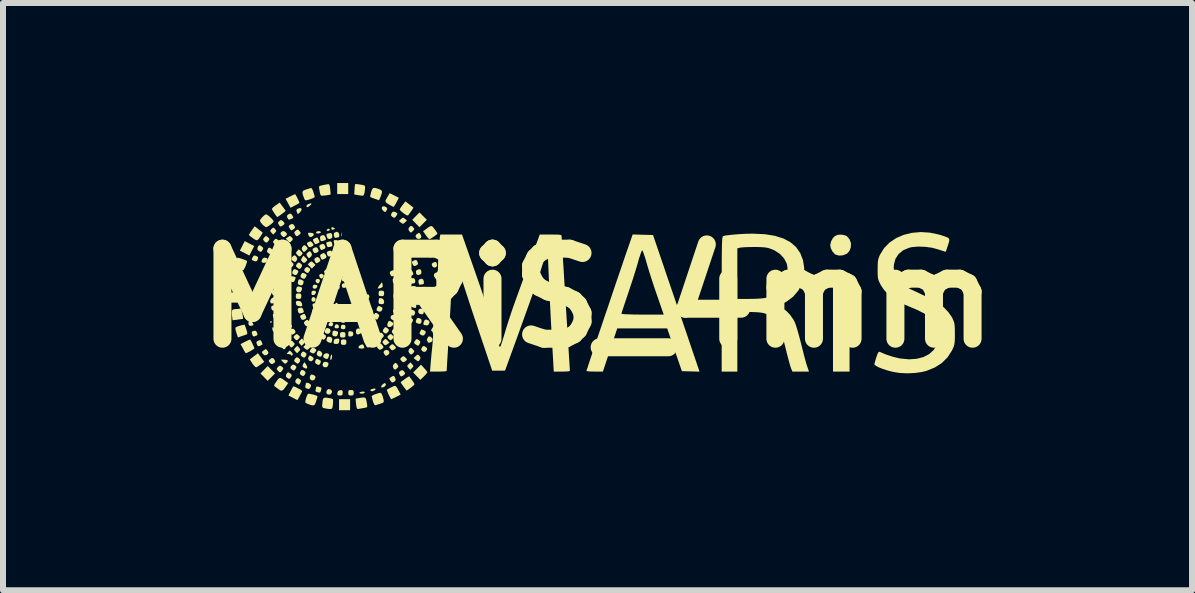
<source format=kicad_pcb>
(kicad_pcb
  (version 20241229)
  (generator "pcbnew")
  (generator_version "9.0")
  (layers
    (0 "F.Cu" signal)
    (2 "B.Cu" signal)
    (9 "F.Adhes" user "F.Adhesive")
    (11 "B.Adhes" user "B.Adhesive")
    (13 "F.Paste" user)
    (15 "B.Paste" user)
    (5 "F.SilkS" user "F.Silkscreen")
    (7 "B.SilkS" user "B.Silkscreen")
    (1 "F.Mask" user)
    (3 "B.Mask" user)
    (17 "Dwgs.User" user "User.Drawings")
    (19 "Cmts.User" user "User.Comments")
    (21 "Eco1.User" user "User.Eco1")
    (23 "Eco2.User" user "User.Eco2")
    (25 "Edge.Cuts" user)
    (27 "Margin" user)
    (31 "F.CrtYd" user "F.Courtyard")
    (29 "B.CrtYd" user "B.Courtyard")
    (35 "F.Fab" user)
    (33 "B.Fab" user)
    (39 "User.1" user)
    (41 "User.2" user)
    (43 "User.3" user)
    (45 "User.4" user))
  (footprint "MARiS_4mm"
    (layer "F.Cu")
    (at 6.907 1.916)
    (property "Reference" "MARiS_4mm" (at 0 0 0) (layer "F.SilkS") (effects (font (size 1.5 1.5) (thickness 0.3))))
    (attr board_only exclude_from_pos_files exclude_from_bom)
    (fp_poly (pts (xy -4.009 -0.215) (xy -4.003 -0.183) (xy -4.012 -0.175) (xy -4.032 -0.192) (xy -4.043 -0.218) (xy -4.035 -0.232) (xy -4.02 -0.236)) (stroke (width 0) (type solid)) (fill yes) (layer "F.SilkS"))
    (fp_poly (pts (xy -5.948 -0.008) (xy -5.948 0.077) (xy -6.032 0.077) (xy -6.116 0.077) (xy -6.116 -0.008) (xy -6.116 -0.092) (xy -6.032 -0.092) (xy -5.948 -0.092)) (stroke (width 0) (type solid)) (fill yes) (layer "F.SilkS"))
    (fp_poly (pts (xy -5.8 -0.907) (xy -5.72 -0.866) (xy -5.761 -0.787) (xy -5.802 -0.708) (xy -5.881 -0.749) (xy -5.96 -0.789) (xy -5.919 -0.869) (xy -5.879 -0.948)) (stroke (width 0) (type solid)) (fill yes) (layer "F.SilkS"))
    (fp_poly (pts (xy -5.435 1.195) (xy -5.373 1.257) (xy -5.435 1.319) (xy -5.496 1.38) (xy -5.556 1.319) (xy -5.617 1.257) (xy -5.556 1.195) (xy -5.496 1.134)) (stroke (width 0) (type solid)) (fill yes) (layer "F.SilkS"))
    (fp_poly (pts (xy -5.427 0.395) (xy -5.426 0.399) (xy -5.438 0.413) (xy -5.442 0.414) (xy -5.457 0.402) (xy -5.457 0.399) (xy -5.445 0.384) (xy -5.442 0.383)) (stroke (width 0) (type solid)) (fill yes) (layer "F.SilkS"))
    (fp_poly (pts (xy -4.465 -1.148) (xy -4.461 -1.133) (xy -4.474 -1.122) (xy -4.493 -1.119) (xy -4.515 -1.122) (xy -4.511 -1.137) (xy -4.507 -1.142) (xy -4.483 -1.156)) (stroke (width 0) (type solid)) (fill yes) (layer "F.SilkS"))
    (fp_poly (pts (xy -4.387 -1.167) (xy -4.375 -1.154) (xy -4.392 -1.144) (xy -4.418 -1.136) (xy -4.429 -1.142) (xy -4.436 -1.157) (xy -4.434 -1.176) (xy -4.413 -1.179)) (stroke (width 0) (type solid)) (fill yes) (layer "F.SilkS"))
    (fp_poly (pts (xy -4.266 -1.085) (xy -4.264 -1.046) (xy -4.266 -1.031) (xy -4.271 -1.026) (xy -4.273 -1.047) (xy -4.273 -1.058) (xy -4.272 -1.086) (xy -4.268 -1.089)) (stroke (width 0) (type solid)) (fill yes) (layer "F.SilkS"))
    (fp_poly (pts (xy -4.154 -1.824) (xy -4.154 -1.732) (xy -4.246 -1.732) (xy -4.338 -1.732) (xy -4.338 -1.824) (xy -4.338 -1.916) (xy -4.246 -1.916) (xy -4.154 -1.916)) (stroke (width 0) (type solid)) (fill yes) (layer "F.SilkS"))
    (fp_poly (pts (xy -4.126 -0.8) (xy -4.123 -0.783) (xy -4.131 -0.753) (xy -4.139 -0.743) (xy -4.15 -0.749) (xy -4.154 -0.773) (xy -4.149 -0.802) (xy -4.139 -0.812)) (stroke (width 0) (type solid)) (fill yes) (layer "F.SilkS"))
    (fp_poly (pts (xy -4.123 1.778) (xy -4.123 1.87) (xy -4.215 1.87) (xy -4.307 1.87) (xy -4.307 1.778) (xy -4.307 1.686) (xy -4.215 1.686) (xy -4.123 1.686)) (stroke (width 0) (type solid)) (fill yes) (layer "F.SilkS"))
    (fp_poly (pts (xy -3.913 -0.089) (xy -3.919 -0.08) (xy -3.924 -0.077) (xy -3.956 -0.062) (xy -3.97 -0.072) (xy -3.97 -0.077) (xy -3.957 -0.089) (xy -3.936 -0.092)) (stroke (width 0) (type solid)) (fill yes) (layer "F.SilkS"))
    (fp_poly (pts (xy -2.906 -1.365) (xy -2.844 -1.303) (xy -2.906 -1.241) (xy -2.967 -1.18) (xy -3.027 -1.241) (xy -3.087 -1.303) (xy -3.027 -1.365) (xy -2.967 -1.426)) (stroke (width 0) (type solid)) (fill yes) (layer "F.SilkS"))
    (fp_poly (pts (xy 4.2 0.406) (xy 4.2 1.226) (xy 4.062 1.226) (xy 3.924 1.226) (xy 3.924 0.406) (xy 3.924 -0.414) (xy 4.062 -0.414) (xy 4.2 -0.414)) (stroke (width 0) (type solid)) (fill yes) (layer "F.SilkS"))
    (fp_poly (pts (xy -5.394 0.495) (xy -5.386 0.508) (xy -5.369 0.545) (xy -5.369 0.563) (xy -5.386 0.567) (xy -5.406 0.554) (xy -5.416 0.534) (xy -5.42 0.499) (xy -5.411 0.485)) (stroke (width 0) (type solid)) (fill yes) (layer "F.SilkS"))
    (fp_poly (pts (xy -5.177 1.032) (xy -5.159 1.046) (xy -5.17 1.07) (xy -5.179 1.079) (xy -5.199 1.094) (xy -5.217 1.09) (xy -5.243 1.065) (xy -5.278 1.027) (xy -5.223 1.027)) (stroke (width 0) (type solid)) (fill yes) (layer "F.SilkS"))
    (fp_poly (pts (xy -4.757 -0.607) (xy -4.733 -0.585) (xy -4.699 -0.552) (xy -4.73 -0.521) (xy -4.761 -0.49) (xy -4.795 -0.526) (xy -4.829 -0.562) (xy -4.798 -0.59) (xy -4.774 -0.609)) (stroke (width 0) (type solid)) (fill yes) (layer "F.SilkS"))
    (fp_poly (pts (xy -4.709 -0.006) (xy -4.7 0.009) (xy -4.698 0.043) (xy -4.721 0.06) (xy -4.738 0.061) (xy -4.761 0.052) (xy -4.767 0.023) (xy -4.757 -0.006) (xy -4.733 -0.017)) (stroke (width 0) (type solid)) (fill yes) (layer "F.SilkS"))
    (fp_poly (pts (xy -4.386 -0.003) (xy -4.374 0.025) (xy -4.377 0.047) (xy -4.4 0.061) (xy -4.427 0.054) (xy -4.44 0.039) (xy -4.44 0.007) (xy -4.42 -0.013) (xy -4.408 -0.015)) (stroke (width 0) (type solid)) (fill yes) (layer "F.SilkS"))
    (fp_poly (pts (xy -4.103 0.114) (xy -4.1 0.131) (xy -4.111 0.157) (xy -4.135 0.166) (xy -4.158 0.155) (xy -4.164 0.145) (xy -4.162 0.116) (xy -4.153 0.106) (xy -4.121 0.097)) (stroke (width 0) (type solid)) (fill yes) (layer "F.SilkS"))
    (fp_poly (pts (xy -4.089 0.325) (xy -4.081 0.347) (xy -4.087 0.375) (xy -4.109 0.389) (xy -4.133 0.385) (xy -4.147 0.365) (xy -4.153 0.338) (xy -4.141 0.325) (xy -4.116 0.32)) (stroke (width 0) (type solid)) (fill yes) (layer "F.SilkS"))
    (fp_poly (pts (xy -4.035 0.013) (xy -4.023 0.035) (xy -4.03 0.061) (xy -4.05 0.078) (xy -4.067 0.08) (xy -4.088 0.063) (xy -4.09 0.042) (xy -4.076 0.01) (xy -4.05 0.006)) (stroke (width 0) (type solid)) (fill yes) (layer "F.SilkS"))
    (fp_poly (pts (xy -3.837 0.074) (xy -3.824 0.1) (xy -3.826 0.112) (xy -3.846 0.134) (xy -3.871 0.134) (xy -3.888 0.116) (xy -3.889 0.087) (xy -3.876 0.065) (xy -3.866 0.062)) (stroke (width 0) (type solid)) (fill yes) (layer "F.SilkS"))
    (fp_poly (pts (xy -5.211 -0.895) (xy -5.191 -0.872) (xy -5.191 -0.854) (xy -5.208 -0.832) (xy -5.229 -0.811) (xy -5.247 -0.81) (xy -5.274 -0.828) (xy -5.311 -0.857) (xy -5.277 -0.892) (xy -5.242 -0.927)) (stroke (width 0) (type solid)) (fill yes) (layer "F.SilkS"))
    (fp_poly (pts (xy -4.974 0.828) (xy -4.955 0.852) (xy -4.957 0.869) (xy -4.976 0.89) (xy -5.007 0.921) (xy -5.036 0.889) (xy -5.055 0.865) (xy -5.053 0.847) (xy -5.034 0.827) (xy -5.003 0.796)) (stroke (width 0) (type solid)) (fill yes) (layer "F.SilkS"))
    (fp_poly (pts (xy -4.934 -1.491) (xy -4.932 -1.466) (xy -4.956 -1.431) (xy -4.958 -1.429) (xy -4.993 -1.396) (xy -5.01 -1.433) (xy -5.019 -1.463) (xy -5.007 -1.481) (xy -4.998 -1.487) (xy -4.957 -1.5)) (stroke (width 0) (type solid)) (fill yes) (layer "F.SilkS"))
    (fp_poly (pts (xy -4.898 0.705) (xy -4.878 0.729) (xy -4.881 0.747) (xy -4.9 0.768) (xy -4.93 0.798) (xy -4.959 0.766) (xy -4.978 0.742) (xy -4.976 0.725) (xy -4.957 0.704) (xy -4.926 0.673)) (stroke (width 0) (type solid)) (fill yes) (layer "F.SilkS"))
    (fp_poly (pts (xy -4.858 1.105) (xy -4.838 1.143) (xy -4.839 1.169) (xy -4.859 1.177) (xy -4.894 1.162) (xy -4.896 1.16) (xy -4.915 1.141) (xy -4.912 1.117) (xy -4.905 1.104) (xy -4.886 1.068)) (stroke (width 0) (type solid)) (fill yes) (layer "F.SilkS"))
    (fp_poly (pts (xy -4.768 -1.567) (xy -4.779 -1.551) (xy -4.805 -1.529) (xy -4.831 -1.513) (xy -4.845 -1.516) (xy -4.85 -1.526) (xy -4.845 -1.549) (xy -4.82 -1.564) (xy -4.785 -1.576) (xy -4.77 -1.577)) (stroke (width 0) (type solid)) (fill yes) (layer "F.SilkS"))
    (fp_poly (pts (xy -4.695 0.093) (xy -4.68 0.115) (xy -4.681 0.142) (xy -4.693 0.155) (xy -4.721 0.167) (xy -4.738 0.156) (xy -4.743 0.144) (xy -4.751 0.111) (xy -4.739 0.094) (xy -4.722 0.088)) (stroke (width 0) (type solid)) (fill yes) (layer "F.SilkS"))
    (fp_poly (pts (xy -4.643 -0.315) (xy -4.634 -0.31) (xy -4.624 -0.294) (xy -4.634 -0.265) (xy -4.651 -0.243) (xy -4.67 -0.246) (xy -4.679 -0.252) (xy -4.699 -0.279) (xy -4.695 -0.304) (xy -4.674 -0.318)) (stroke (width 0) (type solid)) (fill yes) (layer "F.SilkS"))
    (fp_poly (pts (xy -4.627 -1.111) (xy -4.606 -1.1) (xy -4.613 -1.089) (xy -4.616 -1.087) (xy -4.646 -1.075) (xy -4.676 -1.075) (xy -4.69 -1.085) (xy -4.691 -1.087) (xy -4.678 -1.109) (xy -4.647 -1.115)) (stroke (width 0) (type solid)) (fill yes) (layer "F.SilkS"))
    (fp_poly (pts (xy -4.607 0.894) (xy -4.587 0.923) (xy -4.59 0.948) (xy -4.609 0.976) (xy -4.639 0.976) (xy -4.663 0.962) (xy -4.68 0.937) (xy -4.674 0.908) (xy -4.658 0.88) (xy -4.635 0.877)) (stroke (width 0) (type solid)) (fill yes) (layer "F.SilkS"))
    (fp_poly (pts (xy -4.588 0.062) (xy -4.572 0.084) (xy -4.574 0.111) (xy -4.586 0.124) (xy -4.614 0.137) (xy -4.63 0.125) (xy -4.635 0.114) (xy -4.644 0.08) (xy -4.632 0.063) (xy -4.615 0.057)) (stroke (width 0) (type solid)) (fill yes) (layer "F.SilkS"))
    (fp_poly (pts (xy -4.582 -0.398) (xy -4.562 -0.38) (xy -4.567 -0.354) (xy -4.568 -0.352) (xy -4.59 -0.325) (xy -4.613 -0.329) (xy -4.629 -0.345) (xy -4.639 -0.374) (xy -4.627 -0.396) (xy -4.6 -0.403)) (stroke (width 0) (type solid)) (fill yes) (layer "F.SilkS"))
    (fp_poly (pts (xy -4.526 0.177) (xy -4.523 0.182) (xy -4.517 0.214) (xy -4.526 0.228) (xy -4.552 0.244) (xy -4.573 0.232) (xy -4.582 0.218) (xy -4.587 0.191) (xy -4.567 0.172) (xy -4.542 0.162)) (stroke (width 0) (type solid)) (fill yes) (layer "F.SilkS"))
    (fp_poly (pts (xy -4.444 0.261) (xy -4.424 0.278) (xy -4.43 0.3) (xy -4.434 0.307) (xy -4.455 0.333) (xy -4.474 0.331) (xy -4.491 0.314) (xy -4.501 0.285) (xy -4.489 0.263) (xy -4.462 0.256)) (stroke (width 0) (type solid)) (fill yes) (layer "F.SilkS"))
    (fp_poly (pts (xy -4.426 0.945) (xy -4.422 0.97) (xy -4.428 1.005) (xy -4.439 1.031) (xy -4.449 1.034) (xy -4.45 1.033) (xy -4.453 1.008) (xy -4.448 0.973) (xy -4.437 0.947) (xy -4.426 0.944)) (stroke (width 0) (type solid)) (fill yes) (layer "F.SilkS"))
    (fp_poly (pts (xy -4.412 0.409) (xy -4.405 0.437) (xy -4.409 0.451) (xy -4.428 0.472) (xy -4.464 0.468) (xy -4.471 0.466) (xy -4.483 0.448) (xy -4.477 0.423) (xy -4.459 0.403) (xy -4.444 0.399)) (stroke (width 0) (type solid)) (fill yes) (layer "F.SilkS"))
    (fp_poly (pts (xy -4.332 0.316) (xy -4.317 0.341) (xy -4.319 0.354) (xy -4.337 0.376) (xy -4.365 0.383) (xy -4.389 0.371) (xy -4.391 0.369) (xy -4.394 0.345) (xy -4.384 0.319) (xy -4.368 0.307)) (stroke (width 0) (type solid)) (fill yes) (layer "F.SilkS"))
    (fp_poly (pts (xy -4.329 -0.331) (xy -4.309 -0.309) (xy -4.303 -0.285) (xy -4.321 -0.268) (xy -4.33 -0.264) (xy -4.357 -0.255) (xy -4.37 -0.268) (xy -4.374 -0.28) (xy -4.373 -0.315) (xy -4.355 -0.333)) (stroke (width 0) (type solid)) (fill yes) (layer "F.SilkS"))
    (fp_poly (pts (xy -4.318 0.449) (xy -4.31 0.471) (xy -4.312 0.497) (xy -4.333 0.505) (xy -4.346 0.506) (xy -4.375 0.501) (xy -4.382 0.482) (xy -4.381 0.471) (xy -4.366 0.443) (xy -4.346 0.437)) (stroke (width 0) (type solid)) (fill yes) (layer "F.SilkS"))
    (fp_poly (pts (xy -4.313 -0.213) (xy -4.294 -0.184) (xy -4.3 -0.158) (xy -4.316 -0.147) (xy -4.344 -0.139) (xy -4.357 -0.147) (xy -4.363 -0.161) (xy -4.364 -0.191) (xy -4.348 -0.213) (xy -4.324 -0.219)) (stroke (width 0) (type solid)) (fill yes) (layer "F.SilkS"))
    (fp_poly (pts (xy -4.301 -0.541) (xy -4.291 -0.518) (xy -4.302 -0.493) (xy -4.316 -0.484) (xy -4.342 -0.476) (xy -4.353 -0.484) (xy -4.359 -0.499) (xy -4.368 -0.534) (xy -4.355 -0.549) (xy -4.33 -0.552)) (stroke (width 0) (type solid)) (fill yes) (layer "F.SilkS"))
    (fp_poly (pts (xy -4.226 -0.954) (xy -4.2 -0.919) (xy -4.167 -0.874) (xy -4.214 -0.874) (xy -4.246 -0.877) (xy -4.259 -0.891) (xy -4.261 -0.927) (xy -4.261 -0.928) (xy -4.258 -0.963) (xy -4.247 -0.972)) (stroke (width 0) (type solid)) (fill yes) (layer "F.SilkS"))
    (fp_poly (pts (xy -4.023 -0.096) (xy -4.016 -0.072) (xy -4.028 -0.048) (xy -4.04 -0.04) (xy -4.066 -0.032) (xy -4.077 -0.04) (xy -4.084 -0.055) (xy -4.086 -0.088) (xy -4.062 -0.106) (xy -4.046 -0.107)) (stroke (width 0) (type solid)) (fill yes) (layer "F.SilkS"))
    (fp_poly (pts (xy -3.974 0.09) (xy -3.965 0.096) (xy -3.946 0.124) (xy -3.948 0.142) (xy -3.962 0.165) (xy -3.984 0.163) (xy -4 0.154) (xy -4.014 0.134) (xy -4.007 0.108) (xy -3.993 0.086)) (stroke (width 0) (type solid)) (fill yes) (layer "F.SilkS"))
    (fp_poly (pts (xy -3.889 1.56) (xy -3.878 1.574) (xy -3.892 1.589) (xy -3.924 1.594) (xy -3.956 1.59) (xy -3.97 1.581) (xy -3.97 1.581) (xy -3.957 1.569) (xy -3.925 1.56) (xy -3.924 1.56)) (stroke (width 0) (type solid)) (fill yes) (layer "F.SilkS"))
    (fp_poly (pts (xy -3.76 0.359) (xy -3.741 0.377) (xy -3.721 0.4) (xy -3.723 0.418) (xy -3.739 0.44) (xy -3.767 0.474) (xy -3.8 0.439) (xy -3.833 0.404) (xy -3.801 0.375) (xy -3.777 0.356)) (stroke (width 0) (type solid)) (fill yes) (layer "F.SilkS"))
    (fp_poly (pts (xy -3.525 1.441) (xy -3.537 1.466) (xy -3.563 1.484) (xy -3.593 1.493) (xy -3.606 1.484) (xy -3.606 1.483) (xy -3.6 1.462) (xy -3.579 1.438) (xy -3.554 1.421) (xy -3.537 1.42)) (stroke (width 0) (type solid)) (fill yes) (layer "F.SilkS"))
    (fp_poly (pts (xy -3.208 -1.319) (xy -3.175 -1.292) (xy -3.208 -1.26) (xy -3.234 -1.239) (xy -3.252 -1.239) (xy -3.276 -1.256) (xy -3.31 -1.284) (xy -3.276 -1.315) (xy -3.25 -1.336) (xy -3.232 -1.336)) (stroke (width 0) (type solid)) (fill yes) (layer "F.SilkS"))
    (fp_poly (pts (xy -3.089 1.104) (xy -3.07 1.128) (xy -3.072 1.145) (xy -3.091 1.166) (xy -3.121 1.197) (xy -3.15 1.165) (xy -3.169 1.141) (xy -3.167 1.123) (xy -3.148 1.103) (xy -3.117 1.072)) (stroke (width 0) (type solid)) (fill yes) (layer "F.SilkS"))
    (fp_poly (pts (xy -5.51 -0.665) (xy -5.495 -0.642) (xy -5.502 -0.615) (xy -5.531 -0.588) (xy -5.575 -0.587) (xy -5.59 -0.592) (xy -5.6 -0.609) (xy -5.593 -0.636) (xy -5.575 -0.661) (xy -5.553 -0.674) (xy -5.55 -0.674)) (stroke (width 0) (type solid)) (fill yes) (layer "F.SilkS"))
    (fp_poly (pts (xy -5.393 -1.17) (xy -5.373 -1.15) (xy -5.354 -1.125) (xy -5.356 -1.108) (xy -5.375 -1.087) (xy -5.405 -1.057) (xy -5.434 -1.088) (xy -5.453 -1.113) (xy -5.451 -1.13) (xy -5.432 -1.151) (xy -5.409 -1.171)) (stroke (width 0) (type solid)) (fill yes) (layer "F.SilkS"))
    (fp_poly (pts (xy -5.352 -0.269) (xy -5.34 -0.245) (xy -5.345 -0.217) (xy -5.363 -0.194) (xy -5.394 -0.183) (xy -5.423 -0.188) (xy -5.432 -0.197) (xy -5.437 -0.228) (xy -5.421 -0.259) (xy -5.392 -0.276) (xy -5.387 -0.276)) (stroke (width 0) (type solid)) (fill yes) (layer "F.SilkS"))
    (fp_poly (pts (xy -5.2 -0.389) (xy -5.172 -0.372) (xy -5.168 -0.341) (xy -5.175 -0.315) (xy -5.188 -0.298) (xy -5.211 -0.294) (xy -5.247 -0.302) (xy -5.266 -0.316) (xy -5.264 -0.342) (xy -5.249 -0.38) (xy -5.227 -0.392)) (stroke (width 0) (type solid)) (fill yes) (layer "F.SilkS"))
    (fp_poly (pts (xy -5.065 0.514) (xy -5.042 0.538) (xy -5.032 0.567) (xy -5.045 0.587) (xy -5.052 0.593) (xy -5.082 0.611) (xy -5.104 0.606) (xy -5.121 0.589) (xy -5.133 0.559) (xy -5.125 0.539) (xy -5.096 0.513)) (stroke (width 0) (type solid)) (fill yes) (layer "F.SilkS"))
    (fp_poly (pts (xy -4.945 0.058) (xy -4.924 0.095) (xy -4.921 0.126) (xy -4.933 0.137) (xy -4.961 0.138) (xy -4.992 0.132) (xy -5.015 0.119) (xy -5.019 0.114) (xy -5.028 0.073) (xy -5.015 0.051) (xy -4.984 0.046)) (stroke (width 0) (type solid)) (fill yes) (layer "F.SilkS"))
    (fp_poly (pts (xy -4.941 -0.779) (xy -4.918 -0.755) (xy -4.916 -0.737) (xy -4.931 -0.718) (xy -4.957 -0.694) (xy -4.978 -0.695) (xy -5.005 -0.72) (xy -5.023 -0.744) (xy -5.021 -0.763) (xy -5.005 -0.782) (xy -4.977 -0.813)) (stroke (width 0) (type solid)) (fill yes) (layer "F.SilkS"))
    (fp_poly (pts (xy -4.865 -0.672) (xy -4.841 -0.648) (xy -4.839 -0.63) (xy -4.854 -0.611) (xy -4.88 -0.587) (xy -4.901 -0.588) (xy -4.924 -0.608) (xy -4.94 -0.629) (xy -4.937 -0.649) (xy -4.925 -0.67) (xy -4.901 -0.706)) (stroke (width 0) (type solid)) (fill yes) (layer "F.SilkS"))
    (fp_poly (pts (xy -4.809 0.779) (xy -4.787 0.804) (xy -4.786 0.82) (xy -4.805 0.842) (xy -4.806 0.842) (xy -4.83 0.862) (xy -4.849 0.861) (xy -4.87 0.846) (xy -4.903 0.82) (xy -4.873 0.783) (xy -4.842 0.746)) (stroke (width 0) (type solid)) (fill yes) (layer "F.SilkS"))
    (fp_poly (pts (xy -4.783 0.961) (xy -4.759 0.975) (xy -4.734 0.997) (xy -4.733 1.019) (xy -4.737 1.029) (xy -4.764 1.054) (xy -4.795 1.051) (xy -4.812 1.036) (xy -4.823 1.008) (xy -4.814 0.982) (xy -4.8 0.961)) (stroke (width 0) (type solid)) (fill yes) (layer "F.SilkS"))
    (fp_poly (pts (xy -4.743 -1.081) (xy -4.726 -1.064) (xy -4.735 -1.041) (xy -4.745 -1.032) (xy -4.777 -1.014) (xy -4.798 -1.02) (xy -4.813 -1.041) (xy -4.826 -1.072) (xy -4.819 -1.086) (xy -4.786 -1.088) (xy -4.784 -1.088)) (stroke (width 0) (type solid)) (fill yes) (layer "F.SilkS"))
    (fp_poly (pts (xy -4.729 0.475) (xy -4.71 0.499) (xy -4.713 0.517) (xy -4.729 0.537) (xy -4.756 0.562) (xy -4.778 0.562) (xy -4.803 0.539) (xy -4.819 0.518) (xy -4.815 0.5) (xy -4.793 0.478) (xy -4.757 0.444)) (stroke (width 0) (type solid)) (fill yes) (layer "F.SilkS"))
    (fp_poly (pts (xy -4.699 -0.118) (xy -4.692 -0.097) (xy -4.693 -0.088) (xy -4.711 -0.057) (xy -4.733 -0.049) (xy -4.759 -0.051) (xy -4.767 -0.073) (xy -4.767 -0.083) (xy -4.761 -0.113) (xy -4.738 -0.122) (xy -4.728 -0.123)) (stroke (width 0) (type solid)) (fill yes) (layer "F.SilkS"))
    (fp_poly (pts (xy -4.655 0.191) (xy -4.643 0.201) (xy -4.631 0.227) (xy -4.64 0.244) (xy -4.658 0.256) (xy -4.681 0.265) (xy -4.697 0.25) (xy -4.703 0.237) (xy -4.712 0.209) (xy -4.7 0.195) (xy -4.688 0.191)) (stroke (width 0) (type solid)) (fill yes) (layer "F.SilkS"))
    (fp_poly (pts (xy -4.59 0.279) (xy -4.585 0.284) (xy -4.571 0.306) (xy -4.583 0.329) (xy -4.608 0.35) (xy -4.631 0.343) (xy -4.645 0.329) (xy -4.656 0.308) (xy -4.641 0.289) (xy -4.635 0.284) (xy -4.61 0.27)) (stroke (width 0) (type solid)) (fill yes) (layer "F.SilkS"))
    (fp_poly (pts (xy -4.516 1.066) (xy -4.487 1.079) (xy -4.483 1.1) (xy -4.485 1.109) (xy -4.5 1.144) (xy -4.523 1.155) (xy -4.549 1.153) (xy -4.577 1.137) (xy -4.582 1.105) (xy -4.57 1.076) (xy -4.544 1.063)) (stroke (width 0) (type solid)) (fill yes) (layer "F.SilkS"))
    (fp_poly (pts (xy -4.497 -0.039) (xy -4.491 -0.015) (xy -4.491 -0.009) (xy -4.501 0.021) (xy -4.524 0.032) (xy -4.547 0.02) (xy -4.557 0) (xy -4.558 -0.024) (xy -4.553 -0.031) (xy -4.528 -0.036) (xy -4.516 -0.04)) (stroke (width 0) (type solid)) (fill yes) (layer "F.SilkS"))
    (fp_poly (pts (xy -4.492 0.501) (xy -4.457 0.518) (xy -4.449 0.548) (xy -4.453 0.567) (xy -4.474 0.593) (xy -4.509 0.596) (xy -4.534 0.585) (xy -4.546 0.566) (xy -4.539 0.533) (xy -4.521 0.504) (xy -4.495 0.501)) (stroke (width 0) (type solid)) (fill yes) (layer "F.SilkS"))
    (fp_poly (pts (xy -4.442 1.526) (xy -4.425 1.551) (xy -4.426 1.572) (xy -4.442 1.602) (xy -4.469 1.61) (xy -4.501 1.604) (xy -4.514 1.594) (xy -4.519 1.566) (xy -4.508 1.536) (xy -4.489 1.518) (xy -4.484 1.518)) (stroke (width 0) (type solid)) (fill yes) (layer "F.SilkS"))
    (fp_poly (pts (xy -4.423 -0.263) (xy -4.415 -0.253) (xy -4.403 -0.229) (xy -4.415 -0.207) (xy -4.44 -0.186) (xy -4.464 -0.193) (xy -4.474 -0.205) (xy -4.482 -0.226) (xy -4.463 -0.251) (xy -4.463 -0.251) (xy -4.44 -0.268)) (stroke (width 0) (type solid)) (fill yes) (layer "F.SilkS"))
    (fp_poly (pts (xy -4.401 -0.51) (xy -4.4 -0.507) (xy -4.386 -0.477) (xy -4.391 -0.464) (xy -4.415 -0.455) (xy -4.447 -0.46) (xy -4.461 -0.476) (xy -4.467 -0.502) (xy -4.447 -0.52) (xy -4.446 -0.521) (xy -4.42 -0.528)) (stroke (width 0) (type solid)) (fill yes) (layer "F.SilkS"))
    (fp_poly (pts (xy -4.399 -0.127) (xy -4.374 -0.109) (xy -4.369 -0.091) (xy -4.376 -0.062) (xy -4.402 -0.055) (xy -4.42 -0.058) (xy -4.44 -0.072) (xy -4.439 -0.087) (xy -4.431 -0.115) (xy -4.43 -0.122) (xy -4.418 -0.129)) (stroke (width 0) (type solid)) (fill yes) (layer "F.SilkS"))
    (fp_poly (pts (xy -4.34 0.084) (xy -4.327 0.097) (xy -4.31 0.119) (xy -4.316 0.137) (xy -4.323 0.145) (xy -4.347 0.159) (xy -4.371 0.148) (xy -4.388 0.13) (xy -4.381 0.109) (xy -4.375 0.1) (xy -4.356 0.08)) (stroke (width 0) (type solid)) (fill yes) (layer "F.SilkS"))
    (fp_poly (pts (xy -4.316 -1.09) (xy -4.304 -1.058) (xy -4.304 -1.022) (xy -4.316 -1.012) (xy -4.348 -1.006) (xy -4.359 -1.003) (xy -4.38 -1.006) (xy -4.393 -1.035) (xy -4.394 -1.074) (xy -4.382 -1.09) (xy -4.343 -1.104)) (stroke (width 0) (type solid)) (fill yes) (layer "F.SilkS"))
    (fp_poly (pts (xy -4.148 0.24) (xy -4.138 0.264) (xy -4.148 0.288) (xy -4.163 0.297) (xy -4.187 0.305) (xy -4.199 0.302) (xy -4.205 0.296) (xy -4.214 0.274) (xy -4.215 0.258) (xy -4.205 0.236) (xy -4.177 0.23)) (stroke (width 0) (type solid)) (fill yes) (layer "F.SilkS"))
    (fp_poly (pts (xy -4.102 -0.328) (xy -4.08 -0.31) (xy -4.069 -0.283) (xy -4.071 -0.272) (xy -4.083 -0.25) (xy -4.105 -0.25) (xy -4.12 -0.255) (xy -4.135 -0.275) (xy -4.138 -0.306) (xy -4.126 -0.328) (xy -4.126 -0.328)) (stroke (width 0) (type solid)) (fill yes) (layer "F.SilkS"))
    (fp_poly (pts (xy -4.043 0.185) (xy -4.036 0.194) (xy -4.025 0.222) (xy -4.034 0.24) (xy -4.058 0.259) (xy -4.081 0.25) (xy -4.094 0.236) (xy -4.106 0.214) (xy -4.093 0.196) (xy -4.085 0.189) (xy -4.06 0.176)) (stroke (width 0) (type solid)) (fill yes) (layer "F.SilkS"))
    (fp_poly (pts (xy -3.982 0.265) (xy -3.977 0.272) (xy -3.966 0.302) (xy -3.973 0.318) (xy -3.997 0.336) (xy -4.021 0.326) (xy -4.033 0.313) (xy -4.045 0.291) (xy -4.032 0.272) (xy -4.025 0.267) (xy -4 0.254)) (stroke (width 0) (type solid)) (fill yes) (layer "F.SilkS"))
    (fp_poly (pts (xy -3.953 0.52) (xy -3.941 0.54) (xy -3.934 0.572) (xy -3.948 0.591) (xy -3.981 0.605) (xy -4.008 0.607) (xy -4.022 0.587) (xy -4.025 0.574) (xy -4.025 0.536) (xy -4.006 0.512) (xy -3.979 0.506)) (stroke (width 0) (type solid)) (fill yes) (layer "F.SilkS"))
    (fp_poly (pts (xy -3.946 -0.025) (xy -3.918 -0.016) (xy -3.909 -0.015) (xy -3.902 -0.003) (xy -3.904 0.015) (xy -3.922 0.042) (xy -3.946 0.046) (xy -3.966 0.028) (xy -3.97 0.006) (xy -3.966 -0.022) (xy -3.949 -0.026)) (stroke (width 0) (type solid)) (fill yes) (layer "F.SilkS"))
    (fp_poly (pts (xy -3.697 1.518) (xy -3.697 1.519) (xy -3.715 1.539) (xy -3.744 1.552) (xy -3.771 1.553) (xy -3.78 1.547) (xy -3.785 1.532) (xy -3.775 1.523) (xy -3.743 1.513) (xy -3.735 1.511) (xy -3.704 1.508)) (stroke (width 0) (type solid)) (fill yes) (layer "F.SilkS"))
    (fp_poly (pts (xy -3.582 -0.228) (xy -3.579 -0.196) (xy -3.584 -0.182) (xy -3.607 -0.169) (xy -3.636 -0.16) (xy -3.658 -0.159) (xy -3.663 -0.164) (xy -3.654 -0.183) (xy -3.632 -0.214) (xy -3.627 -0.22) (xy -3.591 -0.263)) (stroke (width 0) (type solid)) (fill yes) (layer "F.SilkS"))
    (fp_poly (pts (xy -3.544 -1.526) (xy -3.522 -1.514) (xy -3.505 -1.495) (xy -3.51 -1.47) (xy -3.516 -1.459) (xy -3.531 -1.435) (xy -3.547 -1.435) (xy -3.57 -1.452) (xy -3.594 -1.484) (xy -3.594 -1.512) (xy -3.576 -1.528)) (stroke (width 0) (type solid)) (fill yes) (layer "F.SilkS"))
    (fp_poly (pts (xy -3.487 0.873) (xy -3.469 0.899) (xy -3.472 0.929) (xy -3.488 0.945) (xy -3.517 0.963) (xy -3.536 0.958) (xy -3.554 0.933) (xy -3.566 0.905) (xy -3.557 0.884) (xy -3.551 0.877) (xy -3.519 0.863)) (stroke (width 0) (type solid)) (fill yes) (layer "F.SilkS"))
    (fp_poly (pts (xy -3.381 0.282) (xy -3.352 0.294) (xy -3.347 0.315) (xy -3.35 0.326) (xy -3.365 0.363) (xy -3.386 0.374) (xy -3.415 0.367) (xy -3.443 0.345) (xy -3.449 0.317) (xy -3.435 0.292) (xy -3.405 0.28)) (stroke (width 0) (type solid)) (fill yes) (layer "F.SilkS"))
    (fp_poly (pts (xy -3.293 0.689) (xy -3.257 0.719) (xy -3.289 0.751) (xy -3.313 0.772) (xy -3.331 0.773) (xy -3.354 0.756) (xy -3.376 0.735) (xy -3.376 0.718) (xy -3.358 0.694) (xy -3.337 0.671) (xy -3.32 0.67)) (stroke (width 0) (type solid)) (fill yes) (layer "F.SilkS"))
    (fp_poly (pts (xy -2.906 -0.309) (xy -2.894 -0.276) (xy -2.894 -0.24) (xy -2.906 -0.23) (xy -2.937 -0.225) (xy -2.949 -0.221) (xy -2.97 -0.224) (xy -2.983 -0.253) (xy -2.984 -0.292) (xy -2.972 -0.308) (xy -2.933 -0.322)) (stroke (width 0) (type solid)) (fill yes) (layer "F.SilkS"))
    (fp_poly (pts (xy -2.685 -0.592) (xy -2.677 -0.572) (xy -2.675 -0.535) (xy -2.692 -0.512) (xy -2.719 -0.506) (xy -2.746 -0.52) (xy -2.758 -0.54) (xy -2.763 -0.568) (xy -2.746 -0.585) (xy -2.731 -0.593) (xy -2.701 -0.602)) (stroke (width 0) (type solid)) (fill yes) (layer "F.SilkS"))
    (fp_poly (pts (xy -5.767 0.38) (xy -5.751 0.407) (xy -5.737 0.435) (xy -5.733 0.451) (xy -5.746 0.458) (xy -5.77 0.463) (xy -5.8 0.463) (xy -5.815 0.44) (xy -5.817 0.432) (xy -5.815 0.394) (xy -5.793 0.371) (xy -5.778 0.368)) (stroke (width 0) (type solid)) (fill yes) (layer "F.SilkS"))
    (fp_poly (pts (xy -5.619 -0.876) (xy -5.597 -0.86) (xy -5.573 -0.838) (xy -5.572 -0.818) (xy -5.582 -0.8) (xy -5.601 -0.773) (xy -5.619 -0.77) (xy -5.645 -0.783) (xy -5.669 -0.81) (xy -5.664 -0.845) (xy -5.653 -0.863) (xy -5.637 -0.879)) (stroke (width 0) (type solid)) (fill yes) (layer "F.SilkS"))
    (fp_poly (pts (xy -5.515 -1.03) (xy -5.492 -1.013) (xy -5.47 -0.991) (xy -5.47 -0.971) (xy -5.482 -0.953) (xy -5.507 -0.925) (xy -5.529 -0.925) (xy -5.555 -0.948) (xy -5.572 -0.971) (xy -5.568 -0.99) (xy -5.553 -1.009) (xy -5.532 -1.031)) (stroke (width 0) (type solid)) (fill yes) (layer "F.SilkS"))
    (fp_poly (pts (xy -5.403 1.004) (xy -5.382 1.03) (xy -5.37 1.057) (xy -5.379 1.075) (xy -5.389 1.083) (xy -5.419 1.101) (xy -5.441 1.097) (xy -5.463 1.076) (xy -5.479 1.052) (xy -5.473 1.035) (xy -5.46 1.022) (xy -5.427 1)) (stroke (width 0) (type solid)) (fill yes) (layer "F.SilkS"))
    (fp_poly (pts (xy -5.36 -0.135) (xy -5.351 -0.122) (xy -5.357 -0.09) (xy -5.359 -0.08) (xy -5.377 -0.052) (xy -5.402 -0.047) (xy -5.416 -0.056) (xy -5.424 -0.078) (xy -5.426 -0.102) (xy -5.419 -0.13) (xy -5.393 -0.138) (xy -5.388 -0.138)) (stroke (width 0) (type solid)) (fill yes) (layer "F.SilkS"))
    (fp_poly (pts (xy -5.228 -0.043) (xy -5.214 -0.029) (xy -5.212 0) (xy -5.216 0.033) (xy -5.233 0.045) (xy -5.256 0.046) (xy -5.289 0.041) (xy -5.303 0.02) (xy -5.307 0) (xy -5.309 -0.031) (xy -5.297 -0.044) (xy -5.263 -0.046)) (stroke (width 0) (type solid)) (fill yes) (layer "F.SilkS"))
    (fp_poly (pts (xy -5.21 0.784) (xy -5.193 0.817) (xy -5.199 0.839) (xy -5.224 0.857) (xy -5.243 0.846) (xy -5.248 0.835) (xy -5.269 0.815) (xy -5.284 0.812) (xy -5.299 0.809) (xy -5.292 0.796) (xy -5.274 0.78) (xy -5.237 0.749)) (stroke (width 0) (type solid)) (fill yes) (layer "F.SilkS"))
    (fp_poly (pts (xy -5.209 -0.273) (xy -5.198 -0.258) (xy -5.199 -0.234) (xy -5.21 -0.201) (xy -5.239 -0.188) (xy -5.246 -0.187) (xy -5.276 -0.187) (xy -5.287 -0.203) (xy -5.288 -0.229) (xy -5.285 -0.262) (xy -5.268 -0.274) (xy -5.241 -0.276)) (stroke (width 0) (type solid)) (fill yes) (layer "F.SilkS"))
    (fp_poly (pts (xy -5.168 0.613) (xy -5.149 0.634) (xy -5.131 0.665) (xy -5.138 0.687) (xy -5.165 0.705) (xy -5.192 0.71) (xy -5.219 0.69) (xy -5.221 0.688) (xy -5.239 0.665) (xy -5.236 0.649) (xy -5.213 0.629) (xy -5.185 0.611)) (stroke (width 0) (type solid)) (fill yes) (layer "F.SilkS"))
    (fp_poly (pts (xy -5.161 -0.497) (xy -5.129 -0.485) (xy -5.121 -0.469) (xy -5.132 -0.439) (xy -5.132 -0.437) (xy -5.152 -0.406) (xy -5.174 -0.402) (xy -5.203 -0.419) (xy -5.222 -0.439) (xy -5.217 -0.465) (xy -5.213 -0.473) (xy -5.191 -0.498)) (stroke (width 0) (type solid)) (fill yes) (layer "F.SilkS"))
    (fp_poly (pts (xy -5.142 1.241) (xy -5.121 1.256) (xy -5.098 1.278) (xy -5.097 1.298) (xy -5.107 1.316) (xy -5.126 1.342) (xy -5.144 1.346) (xy -5.17 1.332) (xy -5.193 1.307) (xy -5.188 1.273) (xy -5.176 1.255) (xy -5.16 1.238)) (stroke (width 0) (type solid)) (fill yes) (layer "F.SilkS"))
    (fp_poly (pts (xy -5.114 -1.028) (xy -5.096 -1.011) (xy -5.078 -0.987) (xy -5.081 -0.969) (xy -5.099 -0.949) (xy -5.121 -0.929) (xy -5.137 -0.93) (xy -5.16 -0.952) (xy -5.162 -0.954) (xy -5.194 -0.989) (xy -5.159 -1.015) (xy -5.132 -1.032)) (stroke (width 0) (type solid)) (fill yes) (layer "F.SilkS"))
    (fp_poly (pts (xy -5.098 0.904) (xy -5.078 0.93) (xy -5.082 0.949) (xy -5.086 0.953) (xy -5.101 0.964) (xy -5.105 0.953) (xy -5.118 0.94) (xy -5.145 0.935) (xy -5.173 0.934) (xy -5.175 0.924) (xy -5.158 0.904) (xy -5.129 0.873)) (stroke (width 0) (type solid)) (fill yes) (layer "F.SilkS"))
    (fp_poly (pts (xy -5.084 -0.591) (xy -5.065 -0.569) (xy -5.071 -0.541) (xy -5.073 -0.538) (xy -5.098 -0.51) (xy -5.129 -0.512) (xy -5.154 -0.527) (xy -5.171 -0.544) (xy -5.167 -0.564) (xy -5.157 -0.58) (xy -5.134 -0.607) (xy -5.112 -0.609)) (stroke (width 0) (type solid)) (fill yes) (layer "F.SilkS"))
    (fp_poly (pts (xy -5.068 -1.226) (xy -5.049 -1.202) (xy -5.039 -1.178) (xy -5.05 -1.159) (xy -5.067 -1.146) (xy -5.094 -1.128) (xy -5.11 -1.132) (xy -5.129 -1.158) (xy -5.146 -1.186) (xy -5.143 -1.203) (xy -5.126 -1.219) (xy -5.093 -1.235)) (stroke (width 0) (type solid)) (fill yes) (layer "F.SilkS"))
    (fp_poly (pts (xy -5.056 1.112) (xy -5.037 1.124) (xy -5.018 1.143) (xy -5.022 1.165) (xy -5.03 1.178) (xy -5.05 1.205) (xy -5.069 1.207) (xy -5.098 1.189) (xy -5.118 1.166) (xy -5.112 1.142) (xy -5.111 1.14) (xy -5.085 1.112)) (stroke (width 0) (type solid)) (fill yes) (layer "F.SilkS"))
    (fp_poly (pts (xy -5.036 -0.706) (xy -5.021 -0.691) (xy -5.004 -0.662) (xy -5.01 -0.633) (xy -5.012 -0.63) (xy -5.031 -0.603) (xy -5.052 -0.603) (xy -5.078 -0.619) (xy -5.101 -0.646) (xy -5.097 -0.673) (xy -5.076 -0.695) (xy -5.054 -0.712)) (stroke (width 0) (type solid)) (fill yes) (layer "F.SilkS"))
    (fp_poly (pts (xy -4.993 0.993) (xy -4.983 0.999) (xy -4.956 1.024) (xy -4.957 1.052) (xy -4.972 1.076) (xy -4.99 1.094) (xy -5.009 1.09) (xy -5.025 1.079) (xy -5.052 1.056) (xy -5.054 1.034) (xy -5.036 1.007) (xy -5.016 0.988)) (stroke (width 0) (type solid)) (fill yes) (layer "F.SilkS"))
    (fp_poly (pts (xy -4.969 -0.189) (xy -4.935 -0.18) (xy -4.923 -0.168) (xy -4.926 -0.144) (xy -4.929 -0.132) (xy -4.949 -0.1) (xy -4.982 -0.093) (xy -5.01 -0.105) (xy -5.023 -0.131) (xy -5.019 -0.158) (xy -5.007 -0.187) (xy -4.985 -0.192)) (stroke (width 0) (type solid)) (fill yes) (layer "F.SilkS"))
    (fp_poly (pts (xy -4.963 -0.586) (xy -4.953 -0.58) (xy -4.926 -0.555) (xy -4.926 -0.527) (xy -4.941 -0.503) (xy -4.959 -0.485) (xy -4.979 -0.489) (xy -4.995 -0.5) (xy -5.022 -0.523) (xy -5.023 -0.545) (xy -5.006 -0.572) (xy -4.986 -0.591)) (stroke (width 0) (type solid)) (fill yes) (layer "F.SilkS"))
    (fp_poly (pts (xy -4.96 1.354) (xy -4.942 1.372) (xy -4.943 1.394) (xy -4.953 1.414) (xy -4.97 1.442) (xy -4.985 1.444) (xy -5.011 1.427) (xy -5.035 1.404) (xy -5.036 1.381) (xy -5.029 1.367) (xy -5.009 1.339) (xy -4.987 1.338)) (stroke (width 0) (type solid)) (fill yes) (layer "F.SilkS"))
    (fp_poly (pts (xy -4.949 -0.073) (xy -4.937 -0.055) (xy -4.936 -0.031) (xy -4.94 0.002) (xy -4.958 0.014) (xy -4.982 0.015) (xy -5.014 0.012) (xy -5.026 -0.006) (xy -5.028 -0.031) (xy -5.024 -0.063) (xy -5.006 -0.075) (xy -4.982 -0.077)) (stroke (width 0) (type solid)) (fill yes) (layer "F.SilkS"))
    (fp_poly (pts (xy -4.883 1.216) (xy -4.865 1.237) (xy -4.87 1.263) (xy -4.873 1.27) (xy -4.893 1.297) (xy -4.916 1.299) (xy -4.943 1.283) (xy -4.961 1.262) (xy -4.956 1.236) (xy -4.953 1.229) (xy -4.933 1.201) (xy -4.91 1.2)) (stroke (width 0) (type solid)) (fill yes) (layer "F.SilkS"))
    (fp_poly (pts (xy -4.875 -0.879) (xy -4.854 -0.86) (xy -4.833 -0.836) (xy -4.834 -0.818) (xy -4.851 -0.798) (xy -4.881 -0.771) (xy -4.902 -0.772) (xy -4.921 -0.798) (xy -4.93 -0.828) (xy -4.915 -0.857) (xy -4.911 -0.86) (xy -4.891 -0.88)) (stroke (width 0) (type solid)) (fill yes) (layer "F.SilkS"))
    (fp_poly (pts (xy -4.868 0.909) (xy -4.849 0.93) (xy -4.854 0.956) (xy -4.858 0.963) (xy -4.878 0.991) (xy -4.9 0.992) (xy -4.927 0.976) (xy -4.946 0.955) (xy -4.941 0.929) (xy -4.937 0.922) (xy -4.917 0.895) (xy -4.895 0.893)) (stroke (width 0) (type solid)) (fill yes) (layer "F.SilkS"))
    (fp_poly (pts (xy -4.828 0.366) (xy -4.809 0.386) (xy -4.791 0.411) (xy -4.794 0.43) (xy -4.808 0.447) (xy -4.836 0.471) (xy -4.858 0.468) (xy -4.88 0.442) (xy -4.894 0.417) (xy -4.887 0.398) (xy -4.87 0.382) (xy -4.844 0.363)) (stroke (width 0) (type solid)) (fill yes) (layer "F.SilkS"))
    (fp_poly (pts (xy -4.826 -0.513) (xy -4.807 -0.501) (xy -4.788 -0.482) (xy -4.792 -0.46) (xy -4.8 -0.447) (xy -4.82 -0.42) (xy -4.839 -0.417) (xy -4.868 -0.436) (xy -4.888 -0.458) (xy -4.882 -0.483) (xy -4.881 -0.485) (xy -4.855 -0.513)) (stroke (width 0) (type solid)) (fill yes) (layer "F.SilkS"))
    (fp_poly (pts (xy -4.784 -0.774) (xy -4.766 -0.749) (xy -4.758 -0.721) (xy -4.771 -0.695) (xy -4.779 -0.686) (xy -4.802 -0.666) (xy -4.817 -0.669) (xy -4.834 -0.691) (xy -4.85 -0.719) (xy -4.846 -0.739) (xy -4.834 -0.754) (xy -4.805 -0.778)) (stroke (width 0) (type solid)) (fill yes) (layer "F.SilkS"))
    (fp_poly (pts (xy -4.763 -0.933) (xy -4.751 -0.918) (xy -4.733 -0.892) (xy -4.736 -0.876) (xy -4.75 -0.863) (xy -4.787 -0.845) (xy -4.816 -0.855) (xy -4.828 -0.873) (xy -4.842 -0.903) (xy -4.836 -0.921) (xy -4.811 -0.936) (xy -4.784 -0.945)) (stroke (width 0) (type solid)) (fill yes) (layer "F.SilkS"))
    (fp_poly (pts (xy -4.741 1.28) (xy -4.73 1.284) (xy -4.703 1.302) (xy -4.7 1.325) (xy -4.704 1.336) (xy -4.721 1.367) (xy -4.749 1.373) (xy -4.771 1.369) (xy -4.793 1.35) (xy -4.795 1.317) (xy -4.783 1.288) (xy -4.767 1.275)) (stroke (width 0) (type solid)) (fill yes) (layer "F.SilkS"))
    (fp_poly (pts (xy -4.71 -0.223) (xy -4.683 -0.215) (xy -4.675 -0.215) (xy -4.669 -0.202) (xy -4.671 -0.184) (xy -4.689 -0.161) (xy -4.717 -0.153) (xy -4.742 -0.165) (xy -4.743 -0.167) (xy -4.747 -0.193) (xy -4.734 -0.217) (xy -4.713 -0.224)) (stroke (width 0) (type solid)) (fill yes) (layer "F.SilkS"))
    (fp_poly (pts (xy -4.668 1.017) (xy -4.64 1.028) (xy -4.613 1.045) (xy -4.611 1.065) (xy -4.618 1.083) (xy -4.633 1.11) (xy -4.65 1.116) (xy -4.68 1.102) (xy -4.686 1.099) (xy -4.707 1.077) (xy -4.702 1.045) (xy -4.683 1.015)) (stroke (width 0) (type solid)) (fill yes) (layer "F.SilkS"))
    (fp_poly (pts (xy -4.667 -0.833) (xy -4.663 -0.826) (xy -4.647 -0.792) (xy -4.654 -0.771) (xy -4.68 -0.755) (xy -4.71 -0.747) (xy -4.73 -0.762) (xy -4.734 -0.768) (xy -4.75 -0.802) (xy -4.742 -0.824) (xy -4.716 -0.839) (xy -4.686 -0.847)) (stroke (width 0) (type solid)) (fill yes) (layer "F.SilkS"))
    (fp_poly (pts (xy -4.647 0.549) (xy -4.624 0.57) (xy -4.623 0.587) (xy -4.64 0.612) (xy -4.662 0.635) (xy -4.679 0.636) (xy -4.702 0.618) (xy -4.725 0.596) (xy -4.725 0.578) (xy -4.71 0.556) (xy -4.689 0.534) (xy -4.671 0.533)) (stroke (width 0) (type solid)) (fill yes) (layer "F.SilkS"))
    (fp_poly (pts (xy -4.639 -0.667) (xy -4.636 -0.664) (xy -4.618 -0.635) (xy -4.622 -0.615) (xy -4.65 -0.593) (xy -4.677 -0.579) (xy -4.693 -0.584) (xy -4.703 -0.599) (xy -4.72 -0.635) (xy -4.712 -0.66) (xy -4.689 -0.675) (xy -4.661 -0.684)) (stroke (width 0) (type solid)) (fill yes) (layer "F.SilkS"))
    (fp_poly (pts (xy -4.589 0.44) (xy -4.56 0.462) (xy -4.556 0.481) (xy -4.574 0.51) (xy -4.602 0.534) (xy -4.63 0.528) (xy -4.645 0.513) (xy -4.657 0.489) (xy -4.649 0.46) (xy -4.645 0.453) (xy -4.629 0.428) (xy -4.611 0.427)) (stroke (width 0) (type solid)) (fill yes) (layer "F.SilkS"))
    (fp_poly (pts (xy -4.542 -0.74) (xy -4.525 -0.713) (xy -4.516 -0.685) (xy -4.526 -0.667) (xy -4.551 -0.652) (xy -4.582 -0.639) (xy -4.599 -0.644) (xy -4.613 -0.671) (xy -4.624 -0.703) (xy -4.615 -0.722) (xy -4.605 -0.731) (xy -4.568 -0.749)) (stroke (width 0) (type solid)) (fill yes) (layer "F.SilkS"))
    (fp_poly (pts (xy -4.527 0.343) (xy -4.512 0.356) (xy -4.494 0.379) (xy -4.499 0.397) (xy -4.507 0.405) (xy -4.53 0.419) (xy -4.555 0.408) (xy -4.556 0.408) (xy -4.574 0.389) (xy -4.568 0.369) (xy -4.561 0.359) (xy -4.543 0.339)) (stroke (width 0) (type solid)) (fill yes) (layer "F.SilkS"))
    (fp_poly (pts (xy -4.481 0.931) (xy -4.471 0.948) (xy -4.48 0.979) (xy -4.481 0.984) (xy -4.497 1.012) (xy -4.516 1.016) (xy -4.54 1.007) (xy -4.567 0.989) (xy -4.571 0.968) (xy -4.567 0.954) (xy -4.542 0.926) (xy -4.506 0.921)) (stroke (width 0) (type solid)) (fill yes) (layer "F.SilkS"))
    (fp_poly (pts (xy -4.426 -1.066) (xy -4.421 -1.049) (xy -4.42 -1.01) (xy -4.432 -0.995) (xy -4.471 -0.981) (xy -4.499 -0.995) (xy -4.511 -1.023) (xy -4.516 -1.054) (xy -4.517 -1.067) (xy -4.502 -1.071) (xy -4.473 -1.079) (xy -4.441 -1.082)) (stroke (width 0) (type solid)) (fill yes) (layer "F.SilkS"))
    (fp_poly (pts (xy -4.371 0.546) (xy -4.336 0.556) (xy -4.323 0.569) (xy -4.326 0.595) (xy -4.329 0.605) (xy -4.341 0.633) (xy -4.364 0.641) (xy -4.4 0.634) (xy -4.418 0.618) (xy -4.418 0.582) (xy -4.41 0.551) (xy -4.392 0.543)) (stroke (width 0) (type solid)) (fill yes) (layer "F.SilkS"))
    (fp_poly (pts (xy -4.319 -0.805) (xy -4.302 -0.779) (xy -4.302 -0.779) (xy -4.299 -0.741) (xy -4.318 -0.724) (xy -4.345 -0.72) (xy -4.378 -0.732) (xy -4.39 -0.755) (xy -4.398 -0.792) (xy -4.391 -0.808) (xy -4.364 -0.812) (xy -4.355 -0.812)) (stroke (width 0) (type solid)) (fill yes) (layer "F.SilkS"))
    (fp_poly (pts (xy -4.315 -0.955) (xy -4.295 -0.922) (xy -4.292 -0.895) (xy -4.306 -0.879) (xy -4.336 -0.874) (xy -4.372 -0.881) (xy -4.389 -0.907) (xy -4.39 -0.908) (xy -4.398 -0.945) (xy -4.391 -0.962) (xy -4.364 -0.966) (xy -4.355 -0.966)) (stroke (width 0) (type solid)) (fill yes) (layer "F.SilkS"))
    (fp_poly (pts (xy -4.302 0.689) (xy -4.304 0.72) (xy -4.313 0.753) (xy -4.335 0.765) (xy -4.356 0.766) (xy -4.388 0.763) (xy -4.398 0.747) (xy -4.397 0.724) (xy -4.387 0.693) (xy -4.362 0.68) (xy -4.344 0.678) (xy -4.312 0.677)) (stroke (width 0) (type solid)) (fill yes) (layer "F.SilkS"))
    (fp_poly (pts (xy -4.259 1.536) (xy -4.248 1.551) (xy -4.246 1.578) (xy -4.25 1.611) (xy -4.267 1.623) (xy -4.293 1.625) (xy -4.326 1.622) (xy -4.336 1.607) (xy -4.335 1.583) (xy -4.324 1.55) (xy -4.295 1.537) (xy -4.288 1.536)) (stroke (width 0) (type solid)) (fill yes) (layer "F.SilkS"))
    (fp_poly (pts (xy -4.214 0.571) (xy -4.202 0.589) (xy -4.2 0.613) (xy -4.204 0.646) (xy -4.222 0.658) (xy -4.246 0.659) (xy -4.279 0.655) (xy -4.291 0.637) (xy -4.292 0.613) (xy -4.288 0.581) (xy -4.27 0.569) (xy -4.246 0.567)) (stroke (width 0) (type solid)) (fill yes) (layer "F.SilkS"))
    (fp_poly (pts (xy -4.209 0.129) (xy -4.2 0.154) (xy -4.2 0.161) (xy -4.206 0.19) (xy -4.231 0.199) (xy -4.238 0.199) (xy -4.268 0.193) (xy -4.277 0.168) (xy -4.277 0.161) (xy -4.27 0.132) (xy -4.246 0.123) (xy -4.238 0.123)) (stroke (width 0) (type solid)) (fill yes) (layer "F.SilkS"))
    (fp_poly (pts (xy -4.209 0.344) (xy -4.2 0.368) (xy -4.2 0.376) (xy -4.206 0.405) (xy -4.231 0.414) (xy -4.238 0.414) (xy -4.268 0.408) (xy -4.277 0.383) (xy -4.277 0.376) (xy -4.27 0.346) (xy -4.246 0.337) (xy -4.238 0.337)) (stroke (width 0) (type solid)) (fill yes) (layer "F.SilkS"))
    (fp_poly (pts (xy -4.209 0.451) (xy -4.2 0.476) (xy -4.2 0.483) (xy -4.206 0.512) (xy -4.231 0.521) (xy -4.238 0.521) (xy -4.268 0.515) (xy -4.277 0.49) (xy -4.277 0.483) (xy -4.27 0.454) (xy -4.246 0.445) (xy -4.238 0.445)) (stroke (width 0) (type solid)) (fill yes) (layer "F.SilkS"))
    (fp_poly (pts (xy -4.198 -0.824) (xy -4.186 -0.806) (xy -4.185 -0.782) (xy -4.189 -0.749) (xy -4.207 -0.737) (xy -4.231 -0.736) (xy -4.263 -0.74) (xy -4.275 -0.758) (xy -4.277 -0.782) (xy -4.273 -0.814) (xy -4.255 -0.826) (xy -4.231 -0.828)) (stroke (width 0) (type solid)) (fill yes) (layer "F.SilkS"))
    (fp_poly (pts (xy -4.198 0.694) (xy -4.186 0.712) (xy -4.185 0.736) (xy -4.189 0.768) (xy -4.207 0.78) (xy -4.231 0.782) (xy -4.263 0.778) (xy -4.275 0.76) (xy -4.277 0.736) (xy -4.273 0.703) (xy -4.255 0.691) (xy -4.231 0.69)) (stroke (width 0) (type solid)) (fill yes) (layer "F.SilkS"))
    (fp_poly (pts (xy -4.194 -0.561) (xy -4.185 -0.536) (xy -4.185 -0.529) (xy -4.191 -0.5) (xy -4.216 -0.491) (xy -4.223 -0.491) (xy -4.252 -0.497) (xy -4.261 -0.522) (xy -4.261 -0.529) (xy -4.255 -0.558) (xy -4.23 -0.567) (xy -4.223 -0.567)) (stroke (width 0) (type solid)) (fill yes) (layer "F.SilkS"))
    (fp_poly (pts (xy -4.194 -0.346) (xy -4.185 -0.321) (xy -4.185 -0.314) (xy -4.191 -0.285) (xy -4.216 -0.276) (xy -4.223 -0.276) (xy -4.252 -0.282) (xy -4.261 -0.307) (xy -4.261 -0.314) (xy -4.255 -0.343) (xy -4.23 -0.352) (xy -4.223 -0.353)) (stroke (width 0) (type solid)) (fill yes) (layer "F.SilkS"))
    (fp_poly (pts (xy -4.194 -0.239) (xy -4.185 -0.214) (xy -4.185 -0.207) (xy -4.191 -0.178) (xy -4.216 -0.169) (xy -4.223 -0.169) (xy -4.252 -0.175) (xy -4.261 -0.2) (xy -4.261 -0.207) (xy -4.255 -0.236) (xy -4.23 -0.245) (xy -4.223 -0.245)) (stroke (width 0) (type solid)) (fill yes) (layer "F.SilkS"))
    (fp_poly (pts (xy -4.112 0.555) (xy -4.08 0.564) (xy -4.07 0.589) (xy -4.07 0.598) (xy -4.077 0.627) (xy -4.103 0.64) (xy -4.112 0.641) (xy -4.141 0.641) (xy -4.153 0.626) (xy -4.154 0.598) (xy -4.151 0.565) (xy -4.137 0.554)) (stroke (width 0) (type solid)) (fill yes) (layer "F.SilkS"))
    (fp_poly (pts (xy -4.092 -0.195) (xy -4.091 -0.194) (xy -4.074 -0.174) (xy -4.083 -0.151) (xy -4.085 -0.149) (xy -4.103 -0.128) (xy -4.119 -0.127) (xy -4.142 -0.144) (xy -4.161 -0.161) (xy -4.155 -0.176) (xy -4.142 -0.188) (xy -4.117 -0.204)) (stroke (width 0) (type solid)) (fill yes) (layer "F.SilkS"))
    (fp_poly (pts (xy -4.076 1.537) (xy -4.064 1.555) (xy -4.062 1.579) (xy -4.066 1.611) (xy -4.084 1.623) (xy -4.108 1.625) (xy -4.141 1.621) (xy -4.153 1.603) (xy -4.154 1.579) (xy -4.15 1.546) (xy -4.132 1.534) (xy -4.108 1.533)) (stroke (width 0) (type solid)) (fill yes) (layer "F.SilkS"))
    (fp_poly (pts (xy -3.907 0.776) (xy -3.896 0.793) (xy -3.889 0.812) (xy -3.888 0.833) (xy -3.905 0.842) (xy -3.933 0.843) (xy -3.972 0.838) (xy -3.985 0.822) (xy -3.986 0.82) (xy -3.973 0.798) (xy -3.945 0.78) (xy -3.916 0.773)) (stroke (width 0) (type solid)) (fill yes) (layer "F.SilkS"))
    (fp_poly (pts (xy -3.906 0.177) (xy -3.888 0.188) (xy -3.87 0.205) (xy -3.875 0.22) (xy -3.89 0.235) (xy -3.915 0.252) (xy -3.931 0.247) (xy -3.938 0.24) (xy -3.947 0.214) (xy -3.943 0.185) (xy -3.929 0.169) (xy -3.925 0.169)) (stroke (width 0) (type solid)) (fill yes) (layer "F.SilkS"))
    (fp_poly (pts (xy -3.811 -0.055) (xy -3.802 -0.03) (xy -3.802 -0.023) (xy -3.808 0.006) (xy -3.833 0.015) (xy -3.84 0.015) (xy -3.869 0.009) (xy -3.878 -0.016) (xy -3.878 -0.023) (xy -3.872 -0.052) (xy -3.847 -0.061) (xy -3.84 -0.061)) (stroke (width 0) (type solid)) (fill yes) (layer "F.SilkS"))
    (fp_poly (pts (xy -3.615 0.143) (xy -3.588 0.16) (xy -3.584 0.182) (xy -3.588 0.195) (xy -3.607 0.223) (xy -3.637 0.227) (xy -3.666 0.217) (xy -3.682 0.205) (xy -3.68 0.183) (xy -3.674 0.166) (xy -3.658 0.138) (xy -3.639 0.134)) (stroke (width 0) (type solid)) (fill yes) (layer "F.SilkS"))
    (fp_poly (pts (xy -3.595 0.581) (xy -3.579 0.598) (xy -3.561 0.622) (xy -3.563 0.64) (xy -3.579 0.659) (xy -3.606 0.684) (xy -3.626 0.686) (xy -3.645 0.671) (xy -3.662 0.64) (xy -3.65 0.608) (xy -3.635 0.592) (xy -3.613 0.576)) (stroke (width 0) (type solid)) (fill yes) (layer "F.SilkS"))
    (fp_poly (pts (xy -3.581 0.01) (xy -3.559 0.04) (xy -3.556 0.061) (xy -3.561 0.092) (xy -3.582 0.103) (xy -3.594 0.103) (xy -3.626 0.1) (xy -3.64 0.095) (xy -3.649 0.072) (xy -3.648 0.039) (xy -3.639 0.01) (xy -3.627 0)) (stroke (width 0) (type solid)) (fill yes) (layer "F.SilkS"))
    (fp_poly (pts (xy -3.57 -0.119) (xy -3.558 -0.101) (xy -3.556 -0.077) (xy -3.56 -0.044) (xy -3.578 -0.032) (xy -3.602 -0.031) (xy -3.635 -0.034) (xy -3.647 -0.052) (xy -3.648 -0.077) (xy -3.644 -0.109) (xy -3.627 -0.121) (xy -3.602 -0.123)) (stroke (width 0) (type solid)) (fill yes) (layer "F.SilkS"))
    (fp_poly (pts (xy -3.524 0.685) (xy -3.501 0.707) (xy -3.499 0.709) (xy -3.467 0.743) (xy -3.502 0.77) (xy -3.529 0.787) (xy -3.547 0.783) (xy -3.565 0.765) (xy -3.583 0.742) (xy -3.58 0.724) (xy -3.562 0.704) (xy -3.54 0.684)) (stroke (width 0) (type solid)) (fill yes) (layer "F.SilkS"))
    (fp_poly (pts (xy -3.502 0.502) (xy -3.478 0.525) (xy -3.478 0.545) (xy -3.486 0.559) (xy -3.514 0.589) (xy -3.541 0.59) (xy -3.562 0.575) (xy -3.578 0.554) (xy -3.575 0.534) (xy -3.562 0.513) (xy -3.543 0.488) (xy -3.526 0.487)) (stroke (width 0) (type solid)) (fill yes) (layer "F.SilkS"))
    (fp_poly (pts (xy -3.434 0.396) (xy -3.406 0.415) (xy -3.401 0.432) (xy -3.413 0.454) (xy -3.441 0.479) (xy -3.473 0.485) (xy -3.498 0.472) (xy -3.502 0.464) (xy -3.502 0.436) (xy -3.493 0.408) (xy -3.479 0.384) (xy -3.463 0.381)) (stroke (width 0) (type solid)) (fill yes) (layer "F.SilkS"))
    (fp_poly (pts (xy -3.357 1.083) (xy -3.338 1.105) (xy -3.32 1.131) (xy -3.322 1.15) (xy -3.336 1.167) (xy -3.365 1.192) (xy -3.386 1.189) (xy -3.404 1.164) (xy -3.412 1.134) (xy -3.397 1.106) (xy -3.393 1.101) (xy -3.372 1.081)) (stroke (width 0) (type solid)) (fill yes) (layer "F.SilkS"))
    (fp_poly (pts (xy -3.348 0.528) (xy -3.328 0.55) (xy -3.334 0.575) (xy -3.335 0.577) (xy -3.361 0.605) (xy -3.39 0.604) (xy -3.409 0.593) (xy -3.428 0.572) (xy -3.423 0.546) (xy -3.42 0.539) (xy -3.4 0.512) (xy -3.378 0.51)) (stroke (width 0) (type solid)) (fill yes) (layer "F.SilkS"))
    (fp_poly (pts (xy -3.3 0.043) (xy -3.289 0.067) (xy -3.292 0.093) (xy -3.307 0.12) (xy -3.336 0.126) (xy -3.346 0.125) (xy -3.376 0.12) (xy -3.386 0.106) (xy -3.381 0.075) (xy -3.378 0.065) (xy -3.358 0.037) (xy -3.324 0.033)) (stroke (width 0) (type solid)) (fill yes) (layer "F.SilkS"))
    (fp_poly (pts (xy -3.298 -0.208) (xy -3.296 -0.174) (xy -3.299 -0.139) (xy -3.313 -0.125) (xy -3.342 -0.123) (xy -3.374 -0.126) (xy -3.386 -0.144) (xy -3.388 -0.167) (xy -3.383 -0.199) (xy -3.361 -0.214) (xy -3.342 -0.218) (xy -3.31 -0.22)) (stroke (width 0) (type solid)) (fill yes) (layer "F.SilkS"))
    (fp_poly (pts (xy -3.294 -0.088) (xy -3.282 -0.07) (xy -3.28 -0.046) (xy -3.284 -0.013) (xy -3.302 -0.001) (xy -3.326 0) (xy -3.359 -0.004) (xy -3.371 -0.022) (xy -3.372 -0.046) (xy -3.369 -0.079) (xy -3.351 -0.091) (xy -3.326 -0.092)) (stroke (width 0) (type solid)) (fill yes) (layer "F.SilkS"))
    (fp_poly (pts (xy -3.228 1.218) (xy -3.226 1.221) (xy -3.207 1.251) (xy -3.212 1.271) (xy -3.239 1.292) (xy -3.266 1.307) (xy -3.282 1.301) (xy -3.293 1.286) (xy -3.309 1.25) (xy -3.301 1.226) (xy -3.279 1.21) (xy -3.25 1.202)) (stroke (width 0) (type solid)) (fill yes) (layer "F.SilkS"))
    (fp_poly (pts (xy -3.116 0.329) (xy -3.106 0.334) (xy -3.078 0.352) (xy -3.076 0.375) (xy -3.079 0.386) (xy -3.097 0.416) (xy -3.124 0.423) (xy -3.146 0.419) (xy -3.169 0.4) (xy -3.171 0.366) (xy -3.159 0.338) (xy -3.142 0.324)) (stroke (width 0) (type solid)) (fill yes) (layer "F.SilkS"))
    (fp_poly (pts (xy -3.102 0.833) (xy -3.073 0.859) (xy -3.054 0.883) (xy -3.057 0.9) (xy -3.075 0.921) (xy -3.099 0.941) (xy -3.114 0.94) (xy -3.133 0.922) (xy -3.151 0.893) (xy -3.145 0.864) (xy -3.143 0.86) (xy -3.123 0.833)) (stroke (width 0) (type solid)) (fill yes) (layer "F.SilkS"))
    (fp_poly (pts (xy -3.05 0.069) (xy -3.026 0.089) (xy -3.02 0.124) (xy -3.023 0.155) (xy -3.031 0.167) (xy -3.031 0.167) (xy -3.054 0.162) (xy -3.077 0.158) (xy -3.105 0.142) (xy -3.112 0.115) (xy -3.103 0.077) (xy -3.076 0.064)) (stroke (width 0) (type solid)) (fill yes) (layer "F.SilkS"))
    (fp_poly (pts (xy -3.033 -0.195) (xy -3.021 -0.178) (xy -3.02 -0.153) (xy -3.024 -0.121) (xy -3.042 -0.109) (xy -3.066 -0.107) (xy -3.098 -0.111) (xy -3.11 -0.129) (xy -3.112 -0.153) (xy -3.108 -0.186) (xy -3.09 -0.198) (xy -3.066 -0.199)) (stroke (width 0) (type solid)) (fill yes) (layer "F.SilkS"))
    (fp_poly (pts (xy -3.018 -0.058) (xy -3.006 -0.04) (xy -3.004 -0.015) (xy -3.008 0.017) (xy -3.026 0.029) (xy -3.05 0.031) (xy -3.083 0.027) (xy -3.095 0.009) (xy -3.096 -0.015) (xy -3.093 -0.048) (xy -3.075 -0.06) (xy -3.05 -0.061)) (stroke (width 0) (type solid)) (fill yes) (layer "F.SilkS"))
    (fp_poly (pts (xy -2.962 0.338) (xy -2.935 0.358) (xy -2.931 0.389) (xy -2.94 0.415) (xy -2.955 0.431) (xy -2.982 0.429) (xy -2.994 0.425) (xy -3.023 0.41) (xy -3.029 0.389) (xy -3.026 0.378) (xy -3.011 0.342) (xy -2.99 0.331)) (stroke (width 0) (type solid)) (fill yes) (layer "F.SilkS"))
    (fp_poly (pts (xy -2.958 -1.071) (xy -2.945 -1.054) (xy -2.934 -1.023) (xy -2.946 -0.997) (xy -2.971 -0.984) (xy -3.002 -0.989) (xy -3.017 -0.999) (xy -3.034 -1.029) (xy -3.021 -1.057) (xy -3.003 -1.07) (xy -2.978 -1.084) (xy -2.968 -1.086)) (stroke (width 0) (type solid)) (fill yes) (layer "F.SilkS"))
    (fp_poly (pts (xy -2.941 -0.464) (xy -2.936 -0.448) (xy -2.935 -0.411) (xy -2.946 -0.396) (xy -2.981 -0.384) (xy -3.01 -0.389) (xy -3.022 -0.406) (xy -3.025 -0.439) (xy -3.026 -0.447) (xy -3.014 -0.464) (xy -2.987 -0.476) (xy -2.956 -0.48)) (stroke (width 0) (type solid)) (fill yes) (layer "F.SilkS"))
    (fp_poly (pts (xy -2.927 0.179) (xy -2.899 0.189) (xy -2.892 0.211) (xy -2.894 0.231) (xy -2.902 0.262) (xy -2.921 0.272) (xy -2.958 0.266) (xy -2.962 0.265) (xy -2.984 0.246) (xy -2.987 0.213) (xy -2.977 0.189) (xy -2.955 0.178)) (stroke (width 0) (type solid)) (fill yes) (layer "F.SilkS"))
    (fp_poly (pts (xy -2.889 1.169) (xy -2.858 1.204) (xy -2.839 1.23) (xy -2.836 1.238) (xy -2.846 1.255) (xy -2.872 1.285) (xy -2.894 1.308) (xy -2.952 1.364) (xy -3.012 1.303) (xy -3.072 1.241) (xy -3.007 1.176) (xy -2.942 1.111)) (stroke (width 0) (type solid)) (fill yes) (layer "F.SilkS"))
    (fp_poly (pts (xy -2.858 0.819) (xy -2.838 0.842) (xy -2.844 0.866) (xy -2.845 0.868) (xy -2.871 0.896) (xy -2.9 0.896) (xy -2.919 0.884) (xy -2.938 0.863) (xy -2.933 0.838) (xy -2.929 0.83) (xy -2.91 0.803) (xy -2.888 0.801)) (stroke (width 0) (type solid)) (fill yes) (layer "F.SilkS"))
    (fp_poly (pts (xy -2.846 0.361) (xy -2.81 0.377) (xy -2.799 0.398) (xy -2.806 0.425) (xy -2.821 0.45) (xy -2.847 0.457) (xy -2.885 0.45) (xy -2.901 0.44) (xy -2.901 0.418) (xy -2.894 0.397) (xy -2.879 0.366) (xy -2.859 0.359)) (stroke (width 0) (type solid)) (fill yes) (layer "F.SilkS"))
    (fp_poly (pts (xy -2.756 -0.76) (xy -2.745 -0.74) (xy -2.735 -0.708) (xy -2.743 -0.69) (xy -2.747 -0.688) (xy -2.787 -0.675) (xy -2.82 -0.692) (xy -2.833 -0.712) (xy -2.841 -0.739) (xy -2.83 -0.754) (xy -2.806 -0.764) (xy -2.774 -0.771)) (stroke (width 0) (type solid)) (fill yes) (layer "F.SilkS"))
    (fp_poly (pts (xy -5.685 -0.7) (xy -5.658 -0.684) (xy -5.655 -0.663) (xy -5.662 -0.642) (xy -5.678 -0.615) (xy -5.701 -0.611) (xy -5.722 -0.617) (xy -5.753 -0.63) (xy -5.761 -0.648) (xy -5.747 -0.678) (xy -5.744 -0.685) (xy -5.727 -0.707) (xy -5.704 -0.707)) (stroke (width 0) (type solid)) (fill yes) (layer "F.SilkS"))
    (fp_poly (pts (xy -5.677 0.57) (xy -5.675 0.574) (xy -5.665 0.604) (xy -5.676 0.622) (xy -5.686 0.628) (xy -5.723 0.642) (xy -5.744 0.633) (xy -5.755 0.604) (xy -5.762 0.572) (xy -5.754 0.557) (xy -5.727 0.547) (xy -5.724 0.546) (xy -5.696 0.546)) (stroke (width 0) (type solid)) (fill yes) (layer "F.SilkS"))
    (fp_poly (pts (xy -5.605 0.714) (xy -5.596 0.731) (xy -5.585 0.761) (xy -5.583 0.774) (xy -5.598 0.783) (xy -5.621 0.795) (xy -5.649 0.805) (xy -5.666 0.791) (xy -5.671 0.783) (xy -5.685 0.747) (xy -5.677 0.725) (xy -5.651 0.709) (xy -5.623 0.701)) (stroke (width 0) (type solid)) (fill yes) (layer "F.SilkS"))
    (fp_poly (pts (xy -5.52 0.855) (xy -5.501 0.877) (xy -5.5 0.878) (xy -5.483 0.909) (xy -5.491 0.932) (xy -5.517 0.95) (xy -5.545 0.955) (xy -5.572 0.935) (xy -5.574 0.933) (xy -5.592 0.91) (xy -5.589 0.894) (xy -5.564 0.873) (xy -5.537 0.854)) (stroke (width 0) (type solid)) (fill yes) (layer "F.SilkS"))
    (fp_poly (pts (xy -5.45 -0.832) (xy -5.443 -0.828) (xy -5.415 -0.802) (xy -5.417 -0.769) (xy -5.43 -0.748) (xy -5.447 -0.732) (xy -5.467 -0.736) (xy -5.484 -0.746) (xy -5.507 -0.768) (xy -5.506 -0.791) (xy -5.501 -0.803) (xy -5.484 -0.833) (xy -5.471 -0.841)) (stroke (width 0) (type solid)) (fill yes) (layer "F.SilkS"))
    (fp_poly (pts (xy -5.418 -0.632) (xy -5.403 -0.626) (xy -5.373 -0.609) (xy -5.368 -0.591) (xy -5.379 -0.569) (xy -5.394 -0.558) (xy -5.402 -0.566) (xy -5.425 -0.58) (xy -5.443 -0.582) (xy -5.464 -0.587) (xy -5.461 -0.605) (xy -5.457 -0.613) (xy -5.441 -0.633)) (stroke (width 0) (type solid)) (fill yes) (layer "F.SilkS"))
    (fp_poly (pts (xy -5.376 -0.006) (xy -5.362 0.029) (xy -5.362 0.03) (xy -5.362 0.064) (xy -5.379 0.08) (xy -5.387 0.083) (xy -5.421 0.091) (xy -5.438 0.089) (xy -5.447 0.082) (xy -5.457 0.053) (xy -5.441 0.018) (xy -5.433 0.009) (xy -5.4 -0.013)) (stroke (width 0) (type solid)) (fill yes) (layer "F.SilkS"))
    (fp_poly (pts (xy -5.357 0.132) (xy -5.35 0.144) (xy -5.344 0.178) (xy -5.34 0.19) (xy -5.341 0.208) (xy -5.363 0.214) (xy -5.378 0.215) (xy -5.417 0.207) (xy -5.434 0.184) (xy -5.438 0.152) (xy -5.434 0.138) (xy -5.413 0.125) (xy -5.383 0.123)) (stroke (width 0) (type solid)) (fill yes) (layer "F.SilkS"))
    (fp_poly (pts (xy -5.348 -0.984) (xy -5.327 -0.969) (xy -5.304 -0.948) (xy -5.304 -0.93) (xy -5.317 -0.909) (xy -5.341 -0.881) (xy -5.36 -0.879) (xy -5.385 -0.901) (xy -5.388 -0.904) (xy -5.407 -0.929) (xy -5.404 -0.947) (xy -5.389 -0.965) (xy -5.367 -0.985)) (stroke (width 0) (type solid)) (fill yes) (layer "F.SilkS"))
    (fp_poly (pts (xy -5.321 0.629) (xy -5.308 0.649) (xy -5.292 0.683) (xy -5.295 0.703) (xy -5.318 0.72) (xy -5.318 0.72) (xy -5.344 0.727) (xy -5.366 0.71) (xy -5.372 0.702) (xy -5.387 0.675) (xy -5.381 0.657) (xy -5.361 0.641) (xy -5.336 0.624)) (stroke (width 0) (type solid)) (fill yes) (layer "F.SilkS"))
    (fp_poly (pts (xy -5.31 -0.762) (xy -5.31 -0.762) (xy -5.289 -0.747) (xy -5.288 -0.73) (xy -5.303 -0.703) (xy -5.322 -0.675) (xy -5.338 -0.672) (xy -5.364 -0.689) (xy -5.388 -0.712) (xy -5.388 -0.734) (xy -5.382 -0.749) (xy -5.364 -0.775) (xy -5.344 -0.778)) (stroke (width 0) (type solid)) (fill yes) (layer "F.SilkS"))
    (fp_poly (pts (xy -5.28 1.131) (xy -5.261 1.143) (xy -5.239 1.162) (xy -5.238 1.18) (xy -5.252 1.204) (xy -5.276 1.234) (xy -5.297 1.238) (xy -5.324 1.215) (xy -5.327 1.21) (xy -5.346 1.186) (xy -5.343 1.169) (xy -5.325 1.149) (xy -5.301 1.129)) (stroke (width 0) (type solid)) (fill yes) (layer "F.SilkS"))
    (fp_poly (pts (xy -5.261 -1.295) (xy -5.242 -1.28) (xy -5.217 -1.252) (xy -5.218 -1.231) (xy -5.245 -1.208) (xy -5.249 -1.206) (xy -5.277 -1.191) (xy -5.294 -1.197) (xy -5.309 -1.218) (xy -5.324 -1.246) (xy -5.319 -1.265) (xy -5.303 -1.281) (xy -5.279 -1.299)) (stroke (width 0) (type solid)) (fill yes) (layer "F.SilkS"))
    (fp_poly (pts (xy -5.227 0.082) (xy -5.212 0.103) (xy -5.209 0.123) (xy -5.207 0.155) (xy -5.22 0.167) (xy -5.243 0.169) (xy -5.277 0.165) (xy -5.294 0.158) (xy -5.302 0.136) (xy -5.304 0.112) (xy -5.298 0.086) (xy -5.275 0.077) (xy -5.26 0.077)) (stroke (width 0) (type solid)) (fill yes) (layer "F.SilkS"))
    (fp_poly (pts (xy -5.226 0.509) (xy -5.214 0.532) (xy -5.204 0.56) (xy -5.218 0.577) (xy -5.226 0.582) (xy -5.262 0.596) (xy -5.284 0.588) (xy -5.3 0.561) (xy -5.308 0.533) (xy -5.295 0.516) (xy -5.278 0.507) (xy -5.248 0.496) (xy -5.235 0.494)) (stroke (width 0) (type solid)) (fill yes) (layer "F.SilkS"))
    (fp_poly (pts (xy -5.21 -1.108) (xy -5.191 -1.091) (xy -5.174 -1.068) (xy -5.18 -1.05) (xy -5.194 -1.037) (xy -5.22 -1.016) (xy -5.239 -1.017) (xy -5.263 -1.04) (xy -5.265 -1.042) (xy -5.283 -1.068) (xy -5.278 -1.09) (xy -5.273 -1.096) (xy -5.243 -1.117)) (stroke (width 0) (type solid)) (fill yes) (layer "F.SilkS"))
    (fp_poly (pts (xy -5.162 0.314) (xy -5.152 0.332) (xy -5.139 0.364) (xy -5.141 0.38) (xy -5.165 0.391) (xy -5.178 0.395) (xy -5.21 0.403) (xy -5.227 0.391) (xy -5.238 0.367) (xy -5.247 0.336) (xy -5.236 0.319) (xy -5.212 0.309) (xy -5.18 0.302)) (stroke (width 0) (type solid)) (fill yes) (layer "F.SilkS"))
    (fp_poly (pts (xy -5.107 -1.403) (xy -5.084 -1.374) (xy -5.07 -1.347) (xy -5.076 -1.332) (xy -5.099 -1.32) (xy -5.132 -1.306) (xy -5.149 -1.308) (xy -5.162 -1.327) (xy -5.167 -1.336) (xy -5.177 -1.365) (xy -5.163 -1.385) (xy -5.157 -1.39) (xy -5.127 -1.407)) (stroke (width 0) (type solid)) (fill yes) (layer "F.SilkS"))
    (fp_poly (pts (xy -5.089 0.715) (xy -5.068 0.735) (xy -5.048 0.758) (xy -5.049 0.776) (xy -5.066 0.797) (xy -5.093 0.822) (xy -5.111 0.823) (xy -5.131 0.799) (xy -5.133 0.796) (xy -5.144 0.768) (xy -5.134 0.743) (xy -5.126 0.734) (xy -5.105 0.714)) (stroke (width 0) (type solid)) (fill yes) (layer "F.SilkS"))
    (fp_poly (pts (xy -5.069 -0.359) (xy -5.039 -0.351) (xy -5.03 -0.34) (xy -5.037 -0.315) (xy -5.043 -0.3) (xy -5.056 -0.272) (xy -5.073 -0.264) (xy -5.107 -0.271) (xy -5.108 -0.271) (xy -5.131 -0.29) (xy -5.133 -0.323) (xy -5.122 -0.35) (xy -5.096 -0.363)) (stroke (width 0) (type solid)) (fill yes) (layer "F.SilkS"))
    (fp_poly (pts (xy -5.034 -0.478) (xy -5.02 -0.472) (xy -4.991 -0.456) (xy -4.985 -0.439) (xy -4.999 -0.409) (xy -5.002 -0.404) (xy -5.021 -0.382) (xy -5.047 -0.384) (xy -5.055 -0.388) (xy -5.083 -0.406) (xy -5.086 -0.431) (xy -5.074 -0.46) (xy -5.058 -0.48)) (stroke (width 0) (type solid)) (fill yes) (layer "F.SilkS"))
    (fp_poly (pts (xy -5.001 0.605) (xy -4.982 0.621) (xy -4.961 0.643) (xy -4.963 0.661) (xy -4.976 0.677) (xy -5 0.699) (xy -5.013 0.705) (xy -5.03 0.695) (xy -5.049 0.677) (xy -5.065 0.655) (xy -5.06 0.637) (xy -5.043 0.621) (xy -5.019 0.602)) (stroke (width 0) (type solid)) (fill yes) (layer "F.SilkS"))
    (fp_poly (pts (xy -4.985 -1.136) (xy -4.966 -1.115) (xy -4.947 -1.089) (xy -4.95 -1.073) (xy -4.971 -1.054) (xy -5.001 -1.033) (xy -5.019 -1.032) (xy -5.037 -1.053) (xy -5.041 -1.061) (xy -5.054 -1.087) (xy -5.045 -1.107) (xy -5.028 -1.122) (xy -5.003 -1.14)) (stroke (width 0) (type solid)) (fill yes) (layer "F.SilkS"))
    (fp_poly (pts (xy -4.934 -0.304) (xy -4.903 -0.288) (xy -4.896 -0.268) (xy -4.899 -0.255) (xy -4.914 -0.219) (xy -4.935 -0.209) (xy -4.963 -0.216) (xy -4.988 -0.229) (xy -4.996 -0.247) (xy -4.989 -0.282) (xy -4.988 -0.286) (xy -4.978 -0.308) (xy -4.959 -0.311)) (stroke (width 0) (type solid)) (fill yes) (layer "F.SilkS"))
    (fp_poly (pts (xy -4.896 -0.417) (xy -4.882 -0.411) (xy -4.853 -0.395) (xy -4.847 -0.378) (xy -4.861 -0.347) (xy -4.864 -0.343) (xy -4.883 -0.321) (xy -4.909 -0.323) (xy -4.917 -0.326) (xy -4.945 -0.345) (xy -4.949 -0.369) (xy -4.936 -0.399) (xy -4.92 -0.419)) (stroke (width 0) (type solid)) (fill yes) (layer "F.SilkS"))
    (fp_poly (pts (xy -4.873 0.279) (xy -4.861 0.302) (xy -4.852 0.33) (xy -4.865 0.347) (xy -4.873 0.352) (xy -4.909 0.366) (xy -4.932 0.358) (xy -4.948 0.331) (xy -4.956 0.303) (xy -4.943 0.286) (xy -4.925 0.277) (xy -4.896 0.266) (xy -4.882 0.264)) (stroke (width 0) (type solid)) (fill yes) (layer "F.SilkS"))
    (fp_poly (pts (xy -4.724 0.833) (xy -4.702 0.847) (xy -4.685 0.863) (xy -4.689 0.88) (xy -4.703 0.9) (xy -4.726 0.923) (xy -4.75 0.921) (xy -4.76 0.917) (xy -4.786 0.902) (xy -4.795 0.896) (xy -4.793 0.881) (xy -4.783 0.86) (xy -4.757 0.832)) (stroke (width 0) (type solid)) (fill yes) (layer "F.SilkS"))
    (fp_poly (pts (xy -4.558 0.601) (xy -4.528 0.624) (xy -4.526 0.653) (xy -4.541 0.679) (xy -4.563 0.695) (xy -4.591 0.687) (xy -4.591 0.687) (xy -4.617 0.672) (xy -4.626 0.667) (xy -4.624 0.652) (xy -4.613 0.624) (xy -4.596 0.597) (xy -4.576 0.595)) (stroke (width 0) (type solid)) (fill yes) (layer "F.SilkS"))
    (fp_poly (pts (xy -4.556 -0.894) (xy -4.541 -0.868) (xy -4.533 -0.84) (xy -4.546 -0.822) (xy -4.562 -0.814) (xy -4.594 -0.801) (xy -4.609 -0.802) (xy -4.621 -0.823) (xy -4.626 -0.835) (xy -4.636 -0.865) (xy -4.625 -0.883) (xy -4.615 -0.889) (xy -4.579 -0.903)) (stroke (width 0) (type solid)) (fill yes) (layer "F.SilkS"))
    (fp_poly (pts (xy -4.555 -1.045) (xy -4.537 -1.018) (xy -4.537 -1.017) (xy -4.525 -0.985) (xy -4.528 -0.969) (xy -4.553 -0.958) (xy -4.567 -0.953) (xy -4.599 -0.945) (xy -4.614 -0.954) (xy -4.621 -0.975) (xy -4.625 -1.015) (xy -4.608 -1.038) (xy -4.583 -1.047)) (stroke (width 0) (type solid)) (fill yes) (layer "F.SilkS"))
    (fp_poly (pts (xy -4.503 -0.471) (xy -4.494 -0.458) (xy -4.48 -0.433) (xy -4.479 -0.423) (xy -4.494 -0.413) (xy -4.507 -0.403) (xy -4.529 -0.394) (xy -4.548 -0.412) (xy -4.549 -0.413) (xy -4.558 -0.44) (xy -4.541 -0.464) (xy -4.54 -0.465) (xy -4.518 -0.48)) (stroke (width 0) (type solid)) (fill yes) (layer "F.SilkS"))
    (fp_poly (pts (xy -4.424 -0.77) (xy -4.418 -0.753) (xy -4.409 -0.721) (xy -4.418 -0.706) (xy -4.435 -0.699) (xy -4.472 -0.691) (xy -4.492 -0.698) (xy -4.505 -0.722) (xy -4.506 -0.724) (xy -4.512 -0.756) (xy -4.498 -0.776) (xy -4.466 -0.788) (xy -4.441 -0.79)) (stroke (width 0) (type solid)) (fill yes) (layer "F.SilkS"))
    (fp_poly (pts (xy -3.851 0.442) (xy -3.831 0.464) (xy -3.812 0.489) (xy -3.814 0.506) (xy -3.834 0.525) (xy -3.865 0.547) (xy -3.885 0.547) (xy -3.905 0.522) (xy -3.907 0.518) (xy -3.919 0.492) (xy -3.91 0.472) (xy -3.894 0.457) (xy -3.868 0.439)) (stroke (width 0) (type solid)) (fill yes) (layer "F.SilkS"))
    (fp_poly (pts (xy -3.785 0.739) (xy -3.773 0.762) (xy -3.764 0.79) (xy -3.777 0.807) (xy -3.785 0.812) (xy -3.821 0.826) (xy -3.843 0.818) (xy -3.859 0.791) (xy -3.867 0.763) (xy -3.854 0.746) (xy -3.837 0.737) (xy -3.807 0.726) (xy -3.794 0.724)) (stroke (width 0) (type solid)) (fill yes) (layer "F.SilkS"))
    (fp_poly (pts (xy -3.696 0.66) (xy -3.675 0.684) (xy -3.674 0.685) (xy -3.655 0.712) (xy -3.655 0.728) (xy -3.673 0.744) (xy -3.702 0.762) (xy -3.723 0.76) (xy -3.748 0.736) (xy -3.765 0.713) (xy -3.762 0.697) (xy -3.739 0.677) (xy -3.713 0.658)) (stroke (width 0) (type solid)) (fill yes) (layer "F.SilkS"))
    (fp_poly (pts (xy -3.657 0.266) (xy -3.639 0.283) (xy -3.64 0.304) (xy -3.651 0.328) (xy -3.668 0.356) (xy -3.683 0.36) (xy -3.708 0.342) (xy -3.709 0.341) (xy -3.733 0.317) (xy -3.733 0.294) (xy -3.726 0.279) (xy -3.706 0.251) (xy -3.684 0.249)) (stroke (width 0) (type solid)) (fill yes) (layer "F.SilkS"))
    (fp_poly (pts (xy -3.589 0.781) (xy -3.584 0.788) (xy -3.567 0.815) (xy -3.571 0.832) (xy -3.593 0.849) (xy -3.622 0.863) (xy -3.641 0.858) (xy -3.657 0.842) (xy -3.675 0.819) (xy -3.671 0.8) (xy -3.656 0.782) (xy -3.63 0.757) (xy -3.611 0.757)) (stroke (width 0) (type solid)) (fill yes) (layer "F.SilkS"))
    (fp_poly (pts (xy -3.437 0.605) (xy -3.418 0.621) (xy -3.398 0.643) (xy -3.4 0.661) (xy -3.413 0.677) (xy -3.436 0.699) (xy -3.449 0.705) (xy -3.466 0.695) (xy -3.485 0.677) (xy -3.501 0.655) (xy -3.496 0.637) (xy -3.48 0.621) (xy -3.456 0.602)) (stroke (width 0) (type solid)) (fill yes) (layer "F.SilkS"))
    (fp_poly (pts (xy -3.408 0.772) (xy -3.383 0.795) (xy -3.361 0.82) (xy -3.36 0.835) (xy -3.378 0.851) (xy -3.379 0.852) (xy -3.41 0.871) (xy -3.431 0.868) (xy -3.454 0.846) (xy -3.471 0.823) (xy -3.466 0.806) (xy -3.449 0.789) (xy -3.425 0.771)) (stroke (width 0) (type solid)) (fill yes) (layer "F.SilkS"))
    (fp_poly (pts (xy -3.389 1.302) (xy -3.374 1.328) (xy -3.373 1.33) (xy -3.363 1.362) (xy -3.371 1.381) (xy -3.382 1.39) (xy -3.411 1.408) (xy -3.432 1.402) (xy -3.454 1.374) (xy -3.468 1.349) (xy -3.462 1.332) (xy -3.435 1.314) (xy -3.405 1.298)) (stroke (width 0) (type solid)) (fill yes) (layer "F.SilkS"))
    (fp_poly (pts (xy -3.383 -0.451) (xy -3.374 -0.434) (xy -3.362 -0.404) (xy -3.36 -0.391) (xy -3.376 -0.382) (xy -3.399 -0.37) (xy -3.426 -0.36) (xy -3.444 -0.374) (xy -3.448 -0.382) (xy -3.463 -0.418) (xy -3.454 -0.44) (xy -3.428 -0.456) (xy -3.4 -0.464)) (stroke (width 0) (type solid)) (fill yes) (layer "F.SilkS"))
    (fp_poly (pts (xy -3.356 -1.425) (xy -3.337 -1.411) (xy -3.337 -1.395) (xy -3.351 -1.371) (xy -3.374 -1.342) (xy -3.393 -1.337) (xy -3.421 -1.354) (xy -3.423 -1.356) (xy -3.442 -1.378) (xy -3.436 -1.405) (xy -3.434 -1.409) (xy -3.413 -1.436) (xy -3.385 -1.438)) (stroke (width 0) (type solid)) (fill yes) (layer "F.SilkS"))
    (fp_poly (pts (xy -3.344 -0.34) (xy -3.326 -0.313) (xy -3.326 -0.312) (xy -3.314 -0.28) (xy -3.317 -0.264) (xy -3.342 -0.253) (xy -3.356 -0.248) (xy -3.388 -0.24) (xy -3.403 -0.249) (xy -3.41 -0.27) (xy -3.414 -0.31) (xy -3.397 -0.332) (xy -3.372 -0.342)) (stroke (width 0) (type solid)) (fill yes) (layer "F.SilkS"))
    (fp_poly (pts (xy -3.328 0.167) (xy -3.318 0.187) (xy -3.316 0.218) (xy -3.323 0.246) (xy -3.336 0.259) (xy -3.338 0.259) (xy -3.361 0.254) (xy -3.382 0.25) (xy -3.405 0.24) (xy -3.408 0.218) (xy -3.404 0.202) (xy -3.384 0.166) (xy -3.353 0.157)) (stroke (width 0) (type solid)) (fill yes) (layer "F.SilkS"))
    (fp_poly (pts (xy -3.304 -0.822) (xy -3.281 -0.796) (xy -3.279 -0.793) (xy -3.263 -0.766) (xy -3.269 -0.749) (xy -3.288 -0.732) (xy -3.315 -0.716) (xy -3.333 -0.719) (xy -3.35 -0.736) (xy -3.368 -0.76) (xy -3.365 -0.778) (xy -3.349 -0.797) (xy -3.323 -0.822)) (stroke (width 0) (type solid)) (fill yes) (layer "F.SilkS"))
    (fp_poly (pts (xy -3.248 0.312) (xy -3.221 0.328) (xy -3.217 0.348) (xy -3.225 0.369) (xy -3.241 0.397) (xy -3.263 0.401) (xy -3.284 0.395) (xy -3.316 0.381) (xy -3.323 0.364) (xy -3.31 0.333) (xy -3.307 0.327) (xy -3.289 0.305) (xy -3.267 0.304)) (stroke (width 0) (type solid)) (fill yes) (layer "F.SilkS"))
    (fp_poly (pts (xy -3.233 0.568) (xy -3.201 0.593) (xy -3.196 0.621) (xy -3.207 0.643) (xy -3.225 0.668) (xy -3.243 0.67) (xy -3.271 0.651) (xy -3.272 0.651) (xy -3.291 0.631) (xy -3.289 0.609) (xy -3.281 0.591) (xy -3.262 0.565) (xy -3.24 0.565)) (stroke (width 0) (type solid)) (fill yes) (layer "F.SilkS"))
    (fp_poly (pts (xy -3.224 0.972) (xy -3.2 0.993) (xy -3.178 1.017) (xy -3.177 1.032) (xy -3.197 1.049) (xy -3.197 1.049) (xy -3.227 1.069) (xy -3.247 1.067) (xy -3.27 1.045) (xy -3.287 1.023) (xy -3.282 1.005) (xy -3.265 0.988) (xy -3.241 0.97)) (stroke (width 0) (type solid)) (fill yes) (layer "F.SilkS"))
    (fp_poly (pts (xy -3.222 -0.712) (xy -3.208 -0.696) (xy -3.19 -0.656) (xy -3.2 -0.627) (xy -3.218 -0.614) (xy -3.245 -0.601) (xy -3.26 -0.604) (xy -3.277 -0.629) (xy -3.279 -0.631) (xy -3.291 -0.658) (xy -3.282 -0.677) (xy -3.264 -0.694) (xy -3.238 -0.713)) (stroke (width 0) (type solid)) (fill yes) (layer "F.SilkS"))
    (fp_poly (pts (xy -3.218 0.194) (xy -3.191 0.204) (xy -3.179 0.22) (xy -3.18 0.225) (xy -3.188 0.26) (xy -3.188 0.27) (xy -3.195 0.286) (xy -3.22 0.288) (xy -3.254 0.281) (xy -3.276 0.262) (xy -3.279 0.229) (xy -3.269 0.205) (xy -3.248 0.193)) (stroke (width 0) (type solid)) (fill yes) (layer "F.SilkS"))
    (fp_poly (pts (xy -3.207 -0.912) (xy -3.188 -0.897) (xy -3.163 -0.869) (xy -3.163 -0.848) (xy -3.191 -0.825) (xy -3.192 -0.824) (xy -3.219 -0.81) (xy -3.238 -0.818) (xy -3.253 -0.836) (xy -3.27 -0.862) (xy -3.266 -0.88) (xy -3.249 -0.897) (xy -3.225 -0.915)) (stroke (width 0) (type solid)) (fill yes) (layer "F.SilkS"))
    (fp_poly (pts (xy -3.151 0.462) (xy -3.146 0.465) (xy -3.123 0.481) (xy -3.123 0.499) (xy -3.136 0.518) (xy -3.16 0.546) (xy -3.183 0.548) (xy -3.21 0.531) (xy -3.229 0.511) (xy -3.224 0.485) (xy -3.22 0.478) (xy -3.203 0.452) (xy -3.184 0.448)) (stroke (width 0) (type solid)) (fill yes) (layer "F.SilkS"))
    (fp_poly (pts (xy -3.141 -0.579) (xy -3.129 -0.556) (xy -3.12 -0.531) (xy -3.131 -0.513) (xy -3.155 -0.5) (xy -3.185 -0.486) (xy -3.201 -0.492) (xy -3.214 -0.521) (xy -3.223 -0.553) (xy -3.213 -0.571) (xy -3.192 -0.581) (xy -3.163 -0.593) (xy -3.15 -0.595)) (stroke (width 0) (type solid)) (fill yes) (layer "F.SilkS"))
    (fp_poly (pts (xy -3.099 -0.463) (xy -3.081 -0.436) (xy -3.08 -0.435) (xy -3.069 -0.402) (xy -3.072 -0.387) (xy -3.096 -0.376) (xy -3.11 -0.371) (xy -3.142 -0.362) (xy -3.157 -0.371) (xy -3.165 -0.393) (xy -3.169 -0.433) (xy -3.152 -0.455) (xy -3.126 -0.464)) (stroke (width 0) (type solid)) (fill yes) (layer "F.SilkS"))
    (fp_poly (pts (xy -3.096 -1.201) (xy -3.075 -1.181) (xy -3.055 -1.158) (xy -3.056 -1.14) (xy -3.073 -1.12) (xy -3.1 -1.094) (xy -3.118 -1.093) (xy -3.138 -1.117) (xy -3.14 -1.12) (xy -3.152 -1.149) (xy -3.141 -1.173) (xy -3.133 -1.182) (xy -3.112 -1.202)) (stroke (width 0) (type solid)) (fill yes) (layer "F.SilkS"))
    (fp_poly (pts (xy -3.094 -0.767) (xy -3.086 -0.757) (xy -3.068 -0.727) (xy -3.074 -0.707) (xy -3.101 -0.686) (xy -3.127 -0.672) (xy -3.143 -0.678) (xy -3.161 -0.705) (xy -3.176 -0.735) (xy -3.172 -0.751) (xy -3.146 -0.766) (xy -3.145 -0.766) (xy -3.114 -0.776)) (stroke (width 0) (type solid)) (fill yes) (layer "F.SilkS"))
    (fp_poly (pts (xy -3.088 0.196) (xy -3.05 0.212) (xy -3.039 0.242) (xy -3.046 0.27) (xy -3.063 0.292) (xy -3.095 0.292) (xy -3.096 0.292) (xy -3.125 0.278) (xy -3.133 0.264) (xy -3.131 0.233) (xy -3.129 0.217) (xy -3.121 0.197) (xy -3.094 0.195)) (stroke (width 0) (type solid)) (fill yes) (layer "F.SilkS"))
    (fp_poly (pts (xy -3.01 -0.623) (xy -3.005 -0.614) (xy -2.991 -0.578) (xy -2.999 -0.556) (xy -3.026 -0.54) (xy -3.054 -0.532) (xy -3.071 -0.545) (xy -3.08 -0.563) (xy -3.091 -0.592) (xy -3.093 -0.605) (xy -3.078 -0.614) (xy -3.055 -0.627) (xy -3.027 -0.636)) (stroke (width 0) (type solid)) (fill yes) (layer "F.SilkS"))
    (fp_poly (pts (xy -2.981 0.699) (xy -2.956 0.72) (xy -2.955 0.744) (xy -2.962 0.76) (xy -2.978 0.789) (xy -2.996 0.794) (xy -3.025 0.778) (xy -3.032 0.773) (xy -3.054 0.754) (xy -3.055 0.735) (xy -3.041 0.713) (xy -3.022 0.688) (xy -3.003 0.686)) (stroke (width 0) (type solid)) (fill yes) (layer "F.SilkS"))
    (fp_poly (pts (xy -2.968 0.964) (xy -2.968 0.964) (xy -2.95 0.991) (xy -2.955 1.016) (xy -2.961 1.026) (xy -2.979 1.05) (xy -2.995 1.054) (xy -3.021 1.036) (xy -3.031 1.029) (xy -3.064 1) (xy -3.029 0.967) (xy -3.004 0.946) (xy -2.988 0.945)) (stroke (width 0) (type solid)) (fill yes) (layer "F.SilkS"))
    (fp_poly (pts (xy -2.926 -0.151) (xy -2.889 -0.143) (xy -2.873 -0.124) (xy -2.869 -0.103) (xy -2.869 -0.074) (xy -2.885 -0.063) (xy -2.911 -0.061) (xy -2.948 -0.068) (xy -2.958 -0.083) (xy -2.964 -0.116) (xy -2.968 -0.13) (xy -2.97 -0.147) (xy -2.952 -0.152)) (stroke (width 0) (type solid)) (fill yes) (layer "F.SilkS"))
    (fp_poly (pts (xy -2.921 0.527) (xy -2.893 0.538) (xy -2.866 0.554) (xy -2.863 0.575) (xy -2.87 0.592) (xy -2.891 0.622) (xy -2.919 0.625) (xy -2.947 0.612) (xy -2.965 0.595) (xy -2.96 0.57) (xy -2.957 0.563) (xy -2.942 0.535) (xy -2.935 0.524)) (stroke (width 0) (type solid)) (fill yes) (layer "F.SilkS"))
    (fp_poly (pts (xy -2.879 0.018) (xy -2.868 0.034) (xy -2.869 0.057) (xy -2.878 0.087) (xy -2.901 0.101) (xy -2.926 0.105) (xy -2.96 0.106) (xy -2.971 0.097) (xy -2.968 0.084) (xy -2.96 0.05) (xy -2.958 0.037) (xy -2.945 0.02) (xy -2.911 0.015)) (stroke (width 0) (type solid)) (fill yes) (layer "F.SilkS"))
    (fp_poly (pts (xy -2.853 -0.93) (xy -2.84 -0.911) (xy -2.834 -0.902) (xy -2.825 -0.873) (xy -2.839 -0.853) (xy -2.845 -0.848) (xy -2.874 -0.831) (xy -2.895 -0.835) (xy -2.917 -0.864) (xy -2.932 -0.891) (xy -2.925 -0.906) (xy -2.903 -0.918) (xy -2.87 -0.932)) (stroke (width 0) (type solid)) (fill yes) (layer "F.SilkS"))
    (fp_poly (pts (xy -5.319 0.269) (xy -5.315 0.288) (xy -5.309 0.319) (xy -5.314 0.334) (xy -5.338 0.342) (xy -5.353 0.345) (xy -5.384 0.349) (xy -5.399 0.332) (xy -5.405 0.315) (xy -5.411 0.283) (xy -5.403 0.268) (xy -5.375 0.258) (xy -5.363 0.255) (xy -5.333 0.252)) (stroke (width 0) (type solid)) (fill yes) (layer "F.SilkS"))
    (fp_poly (pts (xy -5.283 0.392) (xy -5.275 0.408) (xy -5.261 0.44) (xy -5.264 0.456) (xy -5.289 0.468) (xy -5.302 0.472) (xy -5.334 0.481) (xy -5.35 0.472) (xy -5.356 0.455) (xy -5.363 0.42) (xy -5.357 0.403) (xy -5.333 0.389) (xy -5.329 0.387) (xy -5.3 0.379)) (stroke (width 0) (type solid)) (fill yes) (layer "F.SilkS"))
    (fp_poly (pts (xy -5.28 -0.163) (xy -5.245 -0.154) (xy -5.234 -0.153) (xy -5.217 -0.139) (xy -5.212 -0.107) (xy -5.216 -0.074) (xy -5.234 -0.062) (xy -5.248 -0.061) (xy -5.28 -0.065) (xy -5.294 -0.072) (xy -5.301 -0.093) (xy -5.304 -0.127) (xy -5.3 -0.158) (xy -5.286 -0.165)) (stroke (width 0) (type solid)) (fill yes) (layer "F.SilkS"))
    (fp_poly (pts (xy -5.192 0.207) (xy -5.187 0.223) (xy -5.181 0.255) (xy -5.19 0.271) (xy -5.22 0.281) (xy -5.229 0.283) (xy -5.259 0.287) (xy -5.272 0.271) (xy -5.277 0.25) (xy -5.283 0.219) (xy -5.283 0.205) (xy -5.268 0.201) (xy -5.239 0.194) (xy -5.208 0.19)) (stroke (width 0) (type solid)) (fill yes) (layer "F.SilkS"))
    (fp_poly (pts (xy -4.91 0.179) (xy -4.905 0.193) (xy -4.894 0.225) (xy -4.899 0.24) (xy -4.925 0.25) (xy -4.939 0.253) (xy -4.97 0.257) (xy -4.985 0.24) (xy -4.991 0.223) (xy -4.997 0.19) (xy -4.989 0.174) (xy -4.958 0.163) (xy -4.955 0.162) (xy -4.928 0.16)) (stroke (width 0) (type solid)) (fill yes) (layer "F.SilkS"))
    (fp_poly (pts (xy -4.821 1.415) (xy -4.791 1.431) (xy -4.773 1.451) (xy -4.778 1.477) (xy -4.781 1.484) (xy -4.799 1.509) (xy -4.81 1.516) (xy -4.833 1.511) (xy -4.849 1.507) (xy -4.87 1.492) (xy -4.869 1.466) (xy -4.861 1.435) (xy -4.859 1.422) (xy -4.848 1.411)) (stroke (width 0) (type solid)) (fill yes) (layer "F.SilkS"))
    (fp_poly (pts (xy -4.655 -0.987) (xy -4.641 -0.958) (xy -4.632 -0.934) (xy -4.632 -0.928) (xy -4.648 -0.919) (xy -4.671 -0.906) (xy -4.696 -0.897) (xy -4.714 -0.908) (xy -4.728 -0.933) (xy -4.742 -0.964) (xy -4.737 -0.98) (xy -4.711 -0.995) (xy -4.681 -1.006) (xy -4.668 -1.008)) (stroke (width 0) (type solid)) (fill yes) (layer "F.SilkS"))
    (fp_poly (pts (xy -4.499 -0.159) (xy -4.472 -0.151) (xy -4.465 -0.147) (xy -4.465 -0.131) (xy -4.473 -0.105) (xy -4.484 -0.083) (xy -4.489 -0.078) (xy -4.511 -0.083) (xy -4.527 -0.087) (xy -4.547 -0.103) (xy -4.546 -0.118) (xy -4.538 -0.147) (xy -4.537 -0.156) (xy -4.525 -0.162)) (stroke (width 0) (type solid)) (fill yes) (layer "F.SilkS"))
    (fp_poly (pts (xy -4.436 0.655) (xy -4.433 0.657) (xy -4.42 0.683) (xy -4.423 0.71) (xy -4.433 0.74) (xy -4.447 0.748) (xy -4.477 0.74) (xy -4.489 0.735) (xy -4.516 0.715) (xy -4.516 0.696) (xy -4.508 0.667) (xy -4.507 0.658) (xy -4.494 0.646) (xy -4.467 0.645)) (stroke (width 0) (type solid)) (fill yes) (layer "F.SilkS"))
    (fp_poly (pts (xy -4.428 -0.925) (xy -4.423 -0.91) (xy -4.417 -0.878) (xy -4.424 -0.863) (xy -4.452 -0.854) (xy -4.463 -0.851) (xy -4.493 -0.848) (xy -4.508 -0.865) (xy -4.513 -0.882) (xy -4.52 -0.914) (xy -4.514 -0.928) (xy -4.487 -0.937) (xy -4.474 -0.94) (xy -4.443 -0.943)) (stroke (width 0) (type solid)) (fill yes) (layer "F.SilkS"))
    (fp_poly (pts (xy -3.048 -0.319) (xy -3.036 -0.286) (xy -3.04 -0.257) (xy -3.057 -0.245) (xy -3.057 -0.245) (xy -3.091 -0.24) (xy -3.101 -0.237) (xy -3.119 -0.24) (xy -3.13 -0.271) (xy -3.13 -0.274) (xy -3.131 -0.308) (xy -3.115 -0.324) (xy -3.099 -0.33) (xy -3.063 -0.33)) (stroke (width 0) (type solid)) (fill yes) (layer "F.SilkS"))
    (fp_poly (pts (xy -2.78 0.647) (xy -2.752 0.672) (xy -2.748 0.703) (xy -2.765 0.731) (xy -2.801 0.745) (xy -2.804 0.745) (xy -2.826 0.742) (xy -2.828 0.735) (xy -2.832 0.72) (xy -2.837 0.718) (xy -2.845 0.703) (xy -2.835 0.671) (xy -2.819 0.644) (xy -2.799 0.64)) (stroke (width 0) (type solid)) (fill yes) (layer "F.SilkS"))
    (fp_poly (pts (xy -5.355 -0.408) (xy -5.344 -0.405) (xy -5.315 -0.396) (xy -5.306 -0.381) (xy -5.311 -0.349) (xy -5.313 -0.341) (xy -5.324 -0.317) (xy -5.344 -0.31) (xy -5.384 -0.317) (xy -5.386 -0.317) (xy -5.405 -0.33) (xy -5.405 -0.358) (xy -5.404 -0.365) (xy -5.394 -0.4) (xy -5.381 -0.412)) (stroke (width 0) (type solid)) (fill yes) (layer "F.SilkS"))
    (fp_poly (pts (xy -5.123 0.411) (xy -5.107 0.437) (xy -5.095 0.465) (xy -5.092 0.482) (xy -5.092 0.483) (xy -5.108 0.492) (xy -5.131 0.504) (xy -5.158 0.514) (xy -5.174 0.502) (xy -5.184 0.483) (xy -5.194 0.452) (xy -5.183 0.431) (xy -5.172 0.422) (xy -5.146 0.404) (xy -5.134 0.399)) (stroke (width 0) (type solid)) (fill yes) (layer "F.SilkS"))
    (fp_poly (pts (xy -4.657 1.477) (xy -4.649 1.479) (xy -4.616 1.488) (xy -4.602 1.494) (xy -4.601 1.511) (xy -4.608 1.54) (xy -4.618 1.567) (xy -4.627 1.577) (xy -4.649 1.573) (xy -4.673 1.568) (xy -4.699 1.555) (xy -4.699 1.538) (xy -4.691 1.502) (xy -4.691 1.492) (xy -4.683 1.476)) (stroke (width 0) (type solid)) (fill yes) (layer "F.SilkS"))
    (fp_poly (pts (xy -3.387 -1.709) (xy -3.311 -1.67) (xy -3.35 -1.594) (xy -3.373 -1.552) (xy -3.391 -1.525) (xy -3.399 -1.519) (xy -3.419 -1.527) (xy -3.453 -1.546) (xy -3.468 -1.554) (xy -3.512 -1.581) (xy -3.532 -1.602) (xy -3.532 -1.626) (xy -3.513 -1.661) (xy -3.504 -1.678) (xy -3.463 -1.747)) (stroke (width 0) (type solid)) (fill yes) (layer "F.SilkS"))
    (fp_poly (pts (xy -5.606 0.992) (xy -5.553 1.064) (xy -5.608 1.104) (xy -5.647 1.131) (xy -5.676 1.151) (xy -5.682 1.155) (xy -5.702 1.149) (xy -5.731 1.119) (xy -5.749 1.095) (xy -5.774 1.056) (xy -5.79 1.029) (xy -5.792 1.021) (xy -5.778 1.011) (xy -5.747 0.987) (xy -5.723 0.969) (xy -5.659 0.92)) (stroke (width 0) (type solid)) (fill yes) (layer "F.SilkS"))
    (fp_poly (pts (xy -5.026 -1.712) (xy -5.008 -1.679) (xy -4.989 -1.64) (xy -4.974 -1.606) (xy -4.967 -1.588) (xy -4.967 -1.587) (xy -4.979 -1.577) (xy -5.011 -1.557) (xy -5.041 -1.542) (xy -5.116 -1.504) (xy -5.157 -1.579) (xy -5.198 -1.654) (xy -5.119 -1.694) (xy -5.076 -1.715) (xy -5.046 -1.728) (xy -5.036 -1.729)) (stroke (width 0) (type solid)) (fill yes) (layer "F.SilkS"))
    (fp_poly (pts (xy -3.306 0.409) (xy -3.28 0.431) (xy -3.266 0.452) (xy -3.265 0.455) (xy -3.273 0.478) (xy -3.284 0.495) (xy -3.306 0.511) (xy -3.334 0.503) (xy -3.334 0.503) (xy -3.36 0.488) (xy -3.369 0.483) (xy -3.367 0.468) (xy -3.356 0.44) (xy -3.341 0.413) (xy -3.329 0.399) (xy -3.328 0.399)) (stroke (width 0) (type solid)) (fill yes) (layer "F.SilkS"))
    (fp_poly (pts (xy -5.944 0.179) (xy -5.932 0.204) (xy -5.919 0.255) (xy -5.91 0.302) (xy -5.906 0.336) (xy -5.905 0.346) (xy -5.921 0.35) (xy -5.959 0.355) (xy -5.995 0.36) (xy -6.081 0.371) (xy -6.092 0.29) (xy -6.096 0.235) (xy -6.087 0.202) (xy -6.06 0.187) (xy -6.022 0.184) (xy -5.982 0.181) (xy -5.959 0.176)) (stroke (width 0) (type solid)) (fill yes) (layer "F.SilkS"))
    (fp_poly (pts (xy -5.996 -0.378) (xy -5.949 -0.37) (xy -5.925 -0.361) (xy -5.919 -0.345) (xy -5.923 -0.319) (xy -5.93 -0.272) (xy -5.932 -0.236) (xy -5.936 -0.212) (xy -5.953 -0.202) (xy -5.99 -0.201) (xy -6.037 -0.204) (xy -6.076 -0.211) (xy -6.079 -0.212) (xy -6.096 -0.22) (xy -6.103 -0.235) (xy -6.101 -0.265) (xy -6.094 -0.307) (xy -6.078 -0.392)) (stroke (width 0) (type solid)) (fill yes) (layer "F.SilkS"))
    (fp_poly (pts (xy -5.25 1.348) (xy -5.203 1.382) (xy -5.187 1.394) (xy -5.154 1.418) (xy -5.199 1.483) (xy -5.232 1.526) (xy -5.259 1.544) (xy -5.286 1.54) (xy -5.311 1.523) (xy -5.348 1.496) (xy -5.371 1.479) (xy -5.386 1.466) (xy -5.388 1.451) (xy -5.375 1.426) (xy -5.349 1.388) (xy -5.323 1.353) (xy -5.302 1.334) (xy -5.28 1.333)) (stroke (width 0) (type solid)) (fill yes) (layer "F.SilkS"))
    (fp_poly (pts (xy -3.668 -1.824) (xy -3.628 -1.81) (xy -3.601 -1.794) (xy -3.591 -1.771) (xy -3.598 -1.734) (xy -3.62 -1.676) (xy -3.622 -1.671) (xy -3.641 -1.629) (xy -3.713 -1.654) (xy -3.756 -1.669) (xy -3.783 -1.682) (xy -3.789 -1.686) (xy -3.787 -1.704) (xy -3.779 -1.741) (xy -3.772 -1.768) (xy -3.757 -1.81) (xy -3.74 -1.832) (xy -3.712 -1.836)) (stroke (width 0) (type solid)) (fill yes) (layer "F.SilkS"))
    (fp_poly (pts (xy -5.775 0.712) (xy -5.757 0.747) (xy -5.738 0.788) (xy -5.723 0.822) (xy -5.718 0.839) (xy -5.73 0.851) (xy -5.76 0.87) (xy -5.798 0.892) (xy -5.834 0.91) (xy -5.859 0.919) (xy -5.861 0.92) (xy -5.871 0.907) (xy -5.89 0.876) (xy -5.907 0.844) (xy -5.949 0.768) (xy -5.87 0.728) (xy -5.827 0.707) (xy -5.797 0.694) (xy -5.787 0.693)) (stroke (width 0) (type solid)) (fill yes) (layer "F.SilkS"))
    (fp_poly (pts (xy -5.65 -1.146) (xy -5.614 -1.118) (xy -5.588 -1.099) (xy -5.582 -1.094) (xy -5.585 -1.08) (xy -5.601 -1.05) (xy -5.623 -1.016) (xy -5.646 -0.984) (xy -5.662 -0.968) (xy -5.681 -0.962) (xy -5.711 -0.975) (xy -5.746 -0.998) (xy -5.782 -1.026) (xy -5.805 -1.046) (xy -5.81 -1.053) (xy -5.801 -1.068) (xy -5.78 -1.101) (xy -5.761 -1.128) (xy -5.713 -1.195)) (stroke (width 0) (type solid)) (fill yes) (layer "F.SilkS"))
    (fp_poly (pts (xy -3.355 1.475) (xy -3.335 1.506) (xy -3.31 1.552) (xy -3.28 1.609) (xy -3.356 1.648) (xy -3.399 1.669) (xy -3.429 1.683) (xy -3.438 1.686) (xy -3.447 1.674) (xy -3.464 1.641) (xy -3.48 1.61) (xy -3.498 1.567) (xy -3.509 1.536) (xy -3.509 1.527) (xy -3.493 1.517) (xy -3.458 1.499) (xy -3.435 1.487) (xy -3.398 1.469) (xy -3.374 1.464)) (stroke (width 0) (type solid)) (fill yes) (layer "F.SilkS"))
    (fp_poly (pts (xy -3.137 -1.561) (xy -3.1 -1.532) (xy -3.075 -1.513) (xy -3.068 -1.508) (xy -3.073 -1.495) (xy -3.092 -1.465) (xy -3.119 -1.427) (xy -3.148 -1.388) (xy -3.158 -1.376) (xy -3.174 -1.377) (xy -3.206 -1.394) (xy -3.231 -1.412) (xy -3.268 -1.441) (xy -3.291 -1.465) (xy -3.296 -1.475) (xy -3.287 -1.495) (xy -3.264 -1.529) (xy -3.248 -1.55) (xy -3.201 -1.61)) (stroke (width 0) (type solid)) (fill yes) (layer "F.SilkS"))
    (fp_poly (pts (xy -5.88 0.446) (xy -5.873 0.463) (xy -5.86 0.499) (xy -5.851 0.526) (xy -5.837 0.573) (xy -5.837 0.598) (xy -5.845 0.606) (xy -5.87 0.615) (xy -5.911 0.629) (xy -5.928 0.635) (xy -5.992 0.657) (xy -6.017 0.582) (xy -6.03 0.537) (xy -6.035 0.503) (xy -6.033 0.493) (xy -6.016 0.482) (xy -5.981 0.468) (xy -5.94 0.456) (xy -5.903 0.447) (xy -5.882 0.445)) (stroke (width 0) (type solid)) (fill yes) (layer "F.SilkS"))
    (fp_poly (pts (xy -5.247 -1.524) (xy -5.219 -1.486) (xy -5.201 -1.46) (xy -5.197 -1.452) (xy -5.208 -1.441) (xy -5.236 -1.419) (xy -5.271 -1.393) (xy -5.306 -1.368) (xy -5.33 -1.352) (xy -5.337 -1.35) (xy -5.348 -1.361) (xy -5.37 -1.391) (xy -5.384 -1.411) (xy -5.409 -1.45) (xy -5.424 -1.478) (xy -5.426 -1.486) (xy -5.415 -1.502) (xy -5.385 -1.528) (xy -5.362 -1.545) (xy -5.297 -1.59)) (stroke (width 0) (type solid)) (fill yes) (layer "F.SilkS"))
    (fp_poly (pts (xy -5.046 1.478) (xy -5.012 1.494) (xy -4.973 1.515) (xy -4.939 1.534) (xy -4.922 1.548) (xy -4.921 1.549) (xy -4.927 1.566) (xy -4.943 1.598) (xy -4.964 1.637) (xy -4.984 1.673) (xy -4.998 1.696) (xy -5.002 1.701) (xy -5.016 1.694) (xy -5.049 1.677) (xy -5.078 1.662) (xy -5.151 1.624) (xy -5.112 1.548) (xy -5.09 1.506) (xy -5.073 1.478) (xy -5.066 1.472)) (stroke (width 0) (type solid)) (fill yes) (layer "F.SilkS"))
    (fp_poly (pts (xy -4.495 1.664) (xy -4.45 1.672) (xy -4.418 1.681) (xy -4.411 1.685) (xy -4.407 1.704) (xy -4.407 1.744) (xy -4.41 1.775) (xy -4.415 1.817) (xy -4.424 1.841) (xy -4.443 1.85) (xy -4.48 1.849) (xy -4.53 1.841) (xy -4.569 1.833) (xy -4.585 1.82) (xy -4.588 1.793) (xy -4.587 1.778) (xy -4.582 1.717) (xy -4.573 1.68) (xy -4.556 1.663) (xy -4.527 1.66)) (stroke (width 0) (type solid)) (fill yes) (layer "F.SilkS"))
    (fp_poly (pts (xy -3.985 -1.895) (xy -3.952 -1.89) (xy -3.905 -1.882) (xy -3.881 -1.872) (xy -3.873 -1.855) (xy -3.874 -1.824) (xy -3.874 -1.824) (xy -3.882 -1.755) (xy -3.895 -1.715) (xy -3.913 -1.704) (xy -3.913 -1.704) (xy -3.939 -1.707) (xy -3.982 -1.713) (xy -3.993 -1.715) (xy -4.054 -1.725) (xy -4.049 -1.809) (xy -4.046 -1.856) (xy -4.041 -1.889) (xy -4.039 -1.898) (xy -4.022 -1.899)) (stroke (width 0) (type solid)) (fill yes) (layer "F.SilkS"))
    (fp_poly (pts (xy -3.127 1.32) (xy -3.104 1.35) (xy -3.092 1.367) (xy -3.067 1.404) (xy -3.052 1.431) (xy -3.05 1.437) (xy -3.062 1.453) (xy -3.091 1.479) (xy -3.116 1.498) (xy -3.181 1.544) (xy -3.231 1.478) (xy -3.258 1.44) (xy -3.276 1.414) (xy -3.28 1.406) (xy -3.269 1.394) (xy -3.242 1.373) (xy -3.206 1.347) (xy -3.171 1.323) (xy -3.145 1.308) (xy -3.137 1.305)) (stroke (width 0) (type solid)) (fill yes) (layer "F.SilkS"))
    (fp_poly (pts (xy -2.745 -1.186) (xy -2.722 -1.157) (xy -2.715 -1.147) (xy -2.688 -1.109) (xy -2.671 -1.082) (xy -2.668 -1.074) (xy -2.679 -1.06) (xy -2.708 -1.037) (xy -2.744 -1.012) (xy -2.778 -0.991) (xy -2.799 -0.981) (xy -2.801 -0.981) (xy -2.817 -0.993) (xy -2.843 -1.022) (xy -2.861 -1.047) (xy -2.907 -1.113) (xy -2.875 -1.136) (xy -2.823 -1.174) (xy -2.789 -1.195) (xy -2.765 -1.199)) (stroke (width 0) (type solid)) (fill yes) (layer "F.SilkS"))
    (fp_poly (pts (xy 4.13 -1.043) (xy 4.159 -1.027) (xy 4.201 -0.976) (xy 4.223 -0.914) (xy 4.222 -0.849) (xy 4.201 -0.788) (xy 4.159 -0.741) (xy 4.149 -0.735) (xy 4.088 -0.711) (xy 4.024 -0.707) (xy 3.968 -0.723) (xy 3.958 -0.729) (xy 3.916 -0.773) (xy 3.887 -0.832) (xy 3.878 -0.881) (xy 3.891 -0.94) (xy 3.922 -0.998) (xy 3.958 -1.034) (xy 4.009 -1.054) (xy 4.071 -1.056)) (stroke (width 0) (type solid)) (fill yes) (layer "F.SilkS"))
    (fp_poly (pts (xy -5.501 -1.385) (xy -5.469 -1.36) (xy -5.435 -1.328) (xy -5.408 -1.298) (xy -5.396 -1.277) (xy -5.396 -1.277) (xy -5.407 -1.259) (xy -5.436 -1.233) (xy -5.471 -1.207) (xy -5.503 -1.187) (xy -5.521 -1.18) (xy -5.544 -1.191) (xy -5.575 -1.216) (xy -5.584 -1.225) (xy -5.611 -1.258) (xy -5.625 -1.283) (xy -5.626 -1.288) (xy -5.615 -1.312) (xy -5.589 -1.344) (xy -5.558 -1.374) (xy -5.53 -1.393) (xy -5.522 -1.395)) (stroke (width 0) (type solid)) (fill yes) (layer "F.SilkS"))
    (fp_poly (pts (xy -4.798 1.597) (xy -4.757 1.605) (xy -4.732 1.611) (xy -4.683 1.626) (xy -4.665 1.643) (xy -4.666 1.648) (xy -4.675 1.674) (xy -4.688 1.716) (xy -4.692 1.731) (xy -4.708 1.771) (xy -4.729 1.789) (xy -4.762 1.788) (xy -4.808 1.773) (xy -4.844 1.758) (xy -4.866 1.746) (xy -4.867 1.745) (xy -4.869 1.725) (xy -4.862 1.689) (xy -4.85 1.647) (xy -4.835 1.613) (xy -4.822 1.596) (xy -4.821 1.595)) (stroke (width 0) (type solid)) (fill yes) (layer "F.SilkS"))
    (fp_poly (pts (xy -4.76 -1.825) (xy -4.743 -1.791) (xy -4.738 -1.777) (xy -4.725 -1.733) (xy -4.714 -1.7) (xy -4.712 -1.694) (xy -4.72 -1.676) (xy -4.757 -1.657) (xy -4.777 -1.65) (xy -4.828 -1.633) (xy -4.858 -1.627) (xy -4.875 -1.634) (xy -4.887 -1.655) (xy -4.891 -1.667) (xy -4.912 -1.725) (xy -4.917 -1.763) (xy -4.906 -1.786) (xy -4.878 -1.801) (xy -4.859 -1.807) (xy -4.815 -1.821) (xy -4.782 -1.831) (xy -4.776 -1.834)) (stroke (width 0) (type solid)) (fill yes) (layer "F.SilkS"))
    (fp_poly (pts (xy -3.875 1.66) (xy -3.86 1.677) (xy -3.85 1.713) (xy -3.841 1.766) (xy -3.836 1.803) (xy -3.844 1.821) (xy -3.873 1.829) (xy -3.889 1.832) (xy -3.937 1.84) (xy -3.976 1.847) (xy -3.98 1.848) (xy -3.999 1.849) (xy -4.011 1.836) (xy -4.018 1.805) (xy -4.023 1.769) (xy -4.028 1.722) (xy -4.03 1.688) (xy -4.029 1.678) (xy -4.012 1.673) (xy -3.974 1.667) (xy -3.945 1.662) (xy -3.902 1.657)) (stroke (width 0) (type solid)) (fill yes) (layer "F.SilkS"))
    (fp_poly (pts (xy -3.599 1.593) (xy -3.582 1.632) (xy -3.566 1.691) (xy -3.565 1.695) (xy -3.561 1.725) (xy -3.57 1.742) (xy -3.599 1.755) (xy -3.619 1.761) (xy -3.663 1.775) (xy -3.695 1.786) (xy -3.701 1.788) (xy -3.718 1.779) (xy -3.735 1.742) (xy -3.742 1.721) (xy -3.754 1.676) (xy -3.762 1.643) (xy -3.763 1.634) (xy -3.75 1.624) (xy -3.718 1.609) (xy -3.677 1.594) (xy -3.638 1.583) (xy -3.613 1.579)) (stroke (width 0) (type solid)) (fill yes) (layer "F.SilkS"))
    (fp_poly (pts (xy -5.986 -0.67) (xy -5.952 -0.661) (xy -5.91 -0.647) (xy -5.871 -0.633) (xy -5.845 -0.62) (xy -5.84 -0.615) (xy -5.846 -0.585) (xy -5.86 -0.544) (xy -5.877 -0.504) (xy -5.895 -0.472) (xy -5.907 -0.461) (xy -5.932 -0.467) (xy -5.972 -0.479) (xy -5.985 -0.484) (xy -6.023 -0.499) (xy -6.047 -0.509) (xy -6.05 -0.511) (xy -6.048 -0.526) (xy -6.039 -0.56) (xy -6.027 -0.601) (xy -6.014 -0.64) (xy -6.004 -0.666) (xy -6.002 -0.671)) (stroke (width 0) (type solid)) (fill yes) (layer "F.SilkS"))
    (fp_poly (pts (xy -4.47 -1.89) (xy -4.462 -1.867) (xy -4.455 -1.82) (xy -4.455 -1.815) (xy -4.45 -1.767) (xy -4.448 -1.734) (xy -4.449 -1.724) (xy -4.465 -1.72) (xy -4.502 -1.714) (xy -4.532 -1.71) (xy -4.579 -1.705) (xy -4.605 -1.707) (xy -4.616 -1.72) (xy -4.619 -1.727) (xy -4.627 -1.761) (xy -4.635 -1.806) (xy -4.636 -1.811) (xy -4.641 -1.838) (xy -4.64 -1.855) (xy -4.63 -1.866) (xy -4.603 -1.875) (xy -4.556 -1.885) (xy -4.509 -1.894) (xy -4.484 -1.897)) (stroke (width 0) (type solid)) (fill yes) (layer "F.SilkS"))
    (fp_poly (pts (xy 0.755 -1.054) (xy 0.925 -1.05) (xy 1.1 -0.537) (xy 1.146 -0.4) (xy 1.2 -0.242) (xy 1.259 -0.07) (xy 1.32 0.109) (xy 1.381 0.289) (xy 1.44 0.461) (xy 1.488 0.602) (xy 1.7 1.227) (xy 1.553 1.223) (xy 1.406 1.219) (xy 1.283 0.862) (xy 1.161 0.506) (xy 0.745 0.506) (xy 0.329 0.506) (xy 0.209 0.866) (xy 0.09 1.226) (xy -0.047 1.226) (xy -0.108 1.225) (xy -0.154 1.222) (xy -0.181 1.217) (xy -0.184 1.214) (xy -0.179 1.198) (xy -0.165 1.156) (xy -0.144 1.09) (xy -0.115 1.004) (xy -0.08 0.899) (xy -0.04 0.78) (xy 0.004 0.648) (xy 0.052 0.507) (xy 0.102 0.358) (xy 0.134 0.262) (xy 0.399 0.262) (xy 0.413 0.266) (xy 0.454 0.27) (xy 0.517 0.272) (xy 0.598 0.275) (xy 0.693 0.276) (xy 0.751 0.276) (xy 1.103 0.276) (xy 0.985 -0.065) (xy 0.947 -0.176) (xy 0.909 -0.292) (xy 0.873 -0.403) (xy 0.842 -0.504) (xy 0.818 -0.585) (xy 0.813 -0.603) (xy 0.792 -0.675) (xy 0.772 -0.734) (xy 0.756 -0.776) (xy 0.745 -0.794) (xy 0.743 -0.795) (xy 0.734 -0.779) (xy 0.719 -0.739) (xy 0.699 -0.681) (xy 0.678 -0.61) (xy 0.673 -0.59) (xy 0.65 -0.512) (xy 0.62 -0.414) (xy 0.585 -0.303) (xy 0.547 -0.189) (xy 0.511 -0.079) (xy 0.508 -0.071) (xy 0.476 0.023) (xy 0.448 0.107) (xy 0.425 0.177) (xy 0.408 0.229) (xy 0.399 0.258) (xy 0.399 0.262) (xy 0.134 0.262) (xy 0.154 0.206) (xy 0.206 0.052) (xy 0.257 -0.1) (xy 0.307 -0.248) (xy 0.355 -0.388) (xy 0.4 -0.519) (xy 0.44 -0.638) (xy 0.475 -0.741) (xy 0.505 -0.826) (xy 0.527 -0.89) (xy 0.531 -0.901) (xy 0.586 -1.059)) (stroke (width 0) (type solid)) (fill yes) (layer "F.SilkS"))
    (fp_poly (pts (xy 2.79 -1.063) (xy 2.957 -1.036) (xy 3.099 -0.991) (xy 3.216 -0.929) (xy 3.309 -0.848) (xy 3.378 -0.749) (xy 3.424 -0.631) (xy 3.445 -0.497) (xy 3.44 -0.363) (xy 3.407 -0.237) (xy 3.346 -0.123) (xy 3.262 -0.024) (xy 3.154 0.058) (xy 3.101 0.087) (xy 3.058 0.109) (xy 3.028 0.125) (xy 3.02 0.132) (xy 3.032 0.141) (xy 3.063 0.159) (xy 3.078 0.167) (xy 3.148 0.216) (xy 3.214 0.286) (xy 3.27 0.369) (xy 3.29 0.409) (xy 3.305 0.45) (xy 3.326 0.516) (xy 3.349 0.597) (xy 3.374 0.689) (xy 3.395 0.771) (xy 3.419 0.866) (xy 3.442 0.958) (xy 3.464 1.039) (xy 3.482 1.103) (xy 3.494 1.138) (xy 3.524 1.226) (xy 3.386 1.226) (xy 3.248 1.226) (xy 3.225 1.171) (xy 3.214 1.139) (xy 3.198 1.083) (xy 3.178 1.009) (xy 3.155 0.922) (xy 3.133 0.831) (xy 3.098 0.693) (xy 3.065 0.582) (xy 3.033 0.494) (xy 3 0.425) (xy 2.964 0.371) (xy 2.923 0.33) (xy 2.874 0.296) (xy 2.828 0.273) (xy 2.791 0.258) (xy 2.753 0.248) (xy 2.706 0.241) (xy 2.642 0.236) (xy 2.556 0.233) (xy 2.541 0.233) (xy 2.33 0.227) (xy 2.33 0.727) (xy 2.33 1.226) (xy 2.2 1.226) (xy 2.069 1.226) (xy 2.069 0.101) (xy 2.069 0.015) (xy 2.33 0.015) (xy 2.52 0.015) (xy 2.602 0.014) (xy 2.682 0.011) (xy 2.749 0.005) (xy 2.791 -0.000228) (xy 2.906 -0.035) (xy 3.007 -0.09) (xy 3.088 -0.162) (xy 3.137 -0.234) (xy 3.157 -0.295) (xy 3.169 -0.374) (xy 3.17 -0.459) (xy 3.161 -0.539) (xy 3.151 -0.579) (xy 3.108 -0.661) (xy 3.04 -0.734) (xy 2.95 -0.793) (xy 2.904 -0.813) (xy 2.86 -0.829) (xy 2.818 -0.839) (xy 2.77 -0.845) (xy 2.706 -0.849) (xy 2.621 -0.85) (xy 2.614 -0.85) (xy 2.535 -0.849) (xy 2.463 -0.847) (xy 2.407 -0.843) (xy 2.374 -0.839) (xy 2.372 -0.839) (xy 2.33 -0.827) (xy 2.33 -0.406) (xy 2.33 0.015) (xy 2.069 0.015) (xy 2.069 -0.112) (xy 2.07 -0.297) (xy 2.07 -0.455) (xy 2.07 -0.588) (xy 2.071 -0.699) (xy 2.072 -0.79) (xy 2.073 -0.863) (xy 2.075 -0.919) (xy 2.077 -0.961) (xy 2.08 -0.992) (xy 2.083 -1.012) (xy 2.087 -1.024) (xy 2.091 -1.031) (xy 2.096 -1.033) (xy 2.137 -1.042) (xy 2.202 -1.05) (xy 2.284 -1.058) (xy 2.376 -1.065) (xy 2.47 -1.07) (xy 2.561 -1.072) (xy 2.598 -1.072)) (stroke (width 0) (type solid)) (fill yes) (layer "F.SilkS"))
    (fp_poly (pts (xy 5.54 -1.089) (xy 5.696 -1.056) (xy 5.741 -1.042) (xy 5.804 -1.02) (xy 5.843 -1.003) (xy 5.861 -0.983) (xy 5.862 -0.954) (xy 5.85 -0.911) (xy 5.84 -0.879) (xy 5.823 -0.828) (xy 5.81 -0.789) (xy 5.803 -0.771) (xy 5.803 -0.771) (xy 5.788 -0.774) (xy 5.752 -0.785) (xy 5.701 -0.802) (xy 5.686 -0.807) (xy 5.578 -0.837) (xy 5.461 -0.853) (xy 5.345 -0.857) (xy 5.24 -0.848) (xy 5.192 -0.837) (xy 5.093 -0.795) (xy 5.017 -0.733) (xy 4.965 -0.653) (xy 4.939 -0.557) (xy 4.936 -0.506) (xy 4.945 -0.418) (xy 4.973 -0.342) (xy 5.023 -0.274) (xy 5.098 -0.213) (xy 5.2 -0.154) (xy 5.242 -0.134) (xy 5.365 -0.077) (xy 5.463 -0.03) (xy 5.542 0.008) (xy 5.603 0.039) (xy 5.65 0.065) (xy 5.688 0.089) (xy 5.72 0.112) (xy 5.75 0.137) (xy 5.775 0.16) (xy 5.846 0.235) (xy 5.9 0.311) (xy 5.913 0.335) (xy 5.931 0.375) (xy 5.944 0.411) (xy 5.951 0.451) (xy 5.954 0.504) (xy 5.955 0.576) (xy 5.955 0.598) (xy 5.955 0.676) (xy 5.952 0.731) (xy 5.946 0.774) (xy 5.935 0.811) (xy 5.918 0.851) (xy 5.906 0.876) (xy 5.833 0.989) (xy 5.737 1.084) (xy 5.619 1.159) (xy 5.482 1.214) (xy 5.407 1.233) (xy 5.294 1.249) (xy 5.168 1.255) (xy 5.046 1.25) (xy 4.979 1.241) (xy 4.903 1.226) (xy 4.825 1.205) (xy 4.752 1.181) (xy 4.689 1.156) (xy 4.642 1.132) (xy 4.617 1.112) (xy 4.614 1.105) (xy 4.618 1.085) (xy 4.629 1.044) (xy 4.645 0.991) (xy 4.646 0.989) (xy 4.666 0.931) (xy 4.684 0.9) (xy 4.695 0.895) (xy 4.817 0.945) (xy 4.925 0.98) (xy 5.028 1.005) (xy 5.05 1.008) (xy 5.191 1.022) (xy 5.319 1.013) (xy 5.431 0.984) (xy 5.526 0.935) (xy 5.6 0.868) (xy 5.653 0.785) (xy 5.682 0.686) (xy 5.687 0.621) (xy 5.678 0.532) (xy 5.651 0.453) (xy 5.604 0.382) (xy 5.535 0.317) (xy 5.441 0.256) (xy 5.32 0.195) (xy 5.219 0.153) (xy 5.069 0.088) (xy 4.947 0.018) (xy 4.848 -0.056) (xy 4.772 -0.138) (xy 4.72 -0.217) (xy 4.697 -0.263) (xy 4.681 -0.3) (xy 4.673 -0.337) (xy 4.669 -0.384) (xy 4.668 -0.45) (xy 4.668 -0.475) (xy 4.669 -0.552) (xy 4.672 -0.607) (xy 4.68 -0.651) (xy 4.694 -0.691) (xy 4.708 -0.723) (xy 4.776 -0.832) (xy 4.866 -0.924) (xy 4.976 -0.998) (xy 5.101 -1.052) (xy 5.239 -1.086) (xy 5.387 -1.099)) (stroke (width 0) (type solid)) (fill yes) (layer "F.SilkS"))
    (fp_poly (pts (xy -2.042 -0.441) (xy -1.971 -0.237) (xy -1.91 -0.06) (xy -1.857 0.095) (xy -1.812 0.229) (xy -1.774 0.346) (xy -1.741 0.449) (xy -1.714 0.54) (xy -1.69 0.623) (xy -1.671 0.694) (xy -1.654 0.752) (xy -1.639 0.794) (xy -1.627 0.815) (xy -1.623 0.816) (xy -1.614 0.798) (xy -1.599 0.755) (xy -1.579 0.695) (xy -1.557 0.622) (xy -1.549 0.597) (xy -1.523 0.508) (xy -1.496 0.421) (xy -1.467 0.333) (xy -1.436 0.239) (xy -1.401 0.137) (xy -1.36 0.022) (xy -1.312 -0.11) (xy -1.257 -0.262) (xy -1.192 -0.438) (xy -1.181 -0.468) (xy -1.136 -0.587) (xy -1.095 -0.699) (xy -1.058 -0.8) (xy -1.026 -0.885) (xy -1.001 -0.953) (xy -0.984 -0.998) (xy -0.978 -1.016) (xy -0.963 -1.058) (xy -0.78 -1.058) (xy -0.703 -1.057) (xy -0.652 -1.056) (xy -0.62 -1.053) (xy -0.604 -1.046) (xy -0.599 -1.036) (xy -0.598 -1.023) (xy -0.597 -1.003) (xy -0.594 -0.954) (xy -0.59 -0.879) (xy -0.584 -0.782) (xy -0.577 -0.664) (xy -0.568 -0.528) (xy -0.559 -0.377) (xy -0.549 -0.213) (xy -0.538 -0.038) (xy -0.529 0.107) (xy -0.518 0.288) (xy -0.507 0.459) (xy -0.497 0.619) (xy -0.488 0.766) (xy -0.48 0.896) (xy -0.473 1.007) (xy -0.467 1.097) (xy -0.463 1.163) (xy -0.461 1.203) (xy -0.46 1.215) (xy -0.474 1.22) (xy -0.512 1.224) (xy -0.567 1.226) (xy -0.595 1.226) (xy -0.729 1.226) (xy -0.764 0.617) (xy -0.772 0.463) (xy -0.781 0.301) (xy -0.789 0.139) (xy -0.797 -0.019) (xy -0.804 -0.164) (xy -0.809 -0.29) (xy -0.813 -0.374) (xy -0.818 -0.499) (xy -0.822 -0.597) (xy -0.826 -0.669) (xy -0.831 -0.72) (xy -0.835 -0.751) (xy -0.84 -0.766) (xy -0.846 -0.768) (xy -0.848 -0.765) (xy -0.855 -0.749) (xy -0.868 -0.709) (xy -0.887 -0.65) (xy -0.91 -0.578) (xy -0.92 -0.544) (xy -0.941 -0.48) (xy -0.961 -0.415) (xy -0.984 -0.347) (xy -1.008 -0.274) (xy -1.036 -0.192) (xy -1.069 -0.098) (xy -1.107 0.009) (xy -1.152 0.134) (xy -1.204 0.279) (xy -1.264 0.446) (xy -1.334 0.64) (xy -1.342 0.663) (xy -1.541 1.21) (xy -1.648 1.211) (xy -1.755 1.211) (xy -2.004 0.471) (xy -2.056 0.317) (xy -2.107 0.164) (xy -2.155 0.016) (xy -2.201 -0.124) (xy -2.242 -0.251) (xy -2.277 -0.361) (xy -2.304 -0.45) (xy -2.323 -0.513) (xy -2.347 -0.595) (xy -2.368 -0.666) (xy -2.384 -0.721) (xy -2.395 -0.755) (xy -2.398 -0.763) (xy -2.401 -0.751) (xy -2.405 -0.71) (xy -2.41 -0.643) (xy -2.415 -0.553) (xy -2.421 -0.441) (xy -2.427 -0.311) (xy -2.43 -0.222) (xy -2.433 -0.157) (xy -2.438 -0.067) (xy -2.444 0.044) (xy -2.451 0.171) (xy -2.459 0.309) (xy -2.468 0.452) (xy -2.476 0.596) (xy -2.477 0.598) (xy -2.485 0.731) (xy -2.492 0.855) (xy -2.499 0.966) (xy -2.505 1.06) (xy -2.509 1.135) (xy -2.512 1.187) (xy -2.514 1.213) (xy -2.514 1.215) (xy -2.528 1.22) (xy -2.566 1.224) (xy -2.621 1.226) (xy -2.652 1.226) (xy -2.791 1.226) (xy -2.781 1.1) (xy -2.774 1.019) (xy -2.766 0.927) (xy -2.757 0.844) (xy -2.757 0.843) (xy -2.747 0.741) (xy -2.741 0.665) (xy -2.74 0.612) (xy -2.743 0.58) (xy -2.751 0.563) (xy -2.755 0.56) (xy -2.773 0.542) (xy -2.763 0.514) (xy -2.751 0.5) (xy -2.739 0.475) (xy -2.729 0.427) (xy -2.723 0.353) (xy -2.721 0.327) (xy -2.718 0.255) (xy -2.712 0.163) (xy -2.705 0.062) (xy -2.698 -0.038) (xy -2.696 -0.064) (xy -2.689 -0.155) (xy -2.686 -0.221) (xy -2.685 -0.267) (xy -2.687 -0.296) (xy -2.692 -0.315) (xy -2.701 -0.327) (xy -2.703 -0.329) (xy -2.726 -0.365) (xy -2.724 -0.399) (xy -2.7 -0.42) (xy -2.694 -0.422) (xy -2.674 -0.43) (xy -2.664 -0.448) (xy -2.659 -0.484) (xy -2.659 -0.518) (xy -2.657 -0.577) (xy -2.654 -0.652) (xy -2.65 -0.735) (xy -2.644 -0.819) (xy -2.639 -0.898) (xy -2.633 -0.963) (xy -2.628 -1.007) (xy -2.627 -1.016) (xy -2.619 -1.058) (xy -2.439 -1.058) (xy -2.258 -1.058)) (stroke (width 0) (type solid)) (fill yes) (layer "F.SilkS")))
  (gr_rect
    (start -3 -3)
    (end 16.814 6.786)
    (stroke (width 0.1) (type default))
    (fill no)
    (layer "Edge.Cuts")))
</source>
